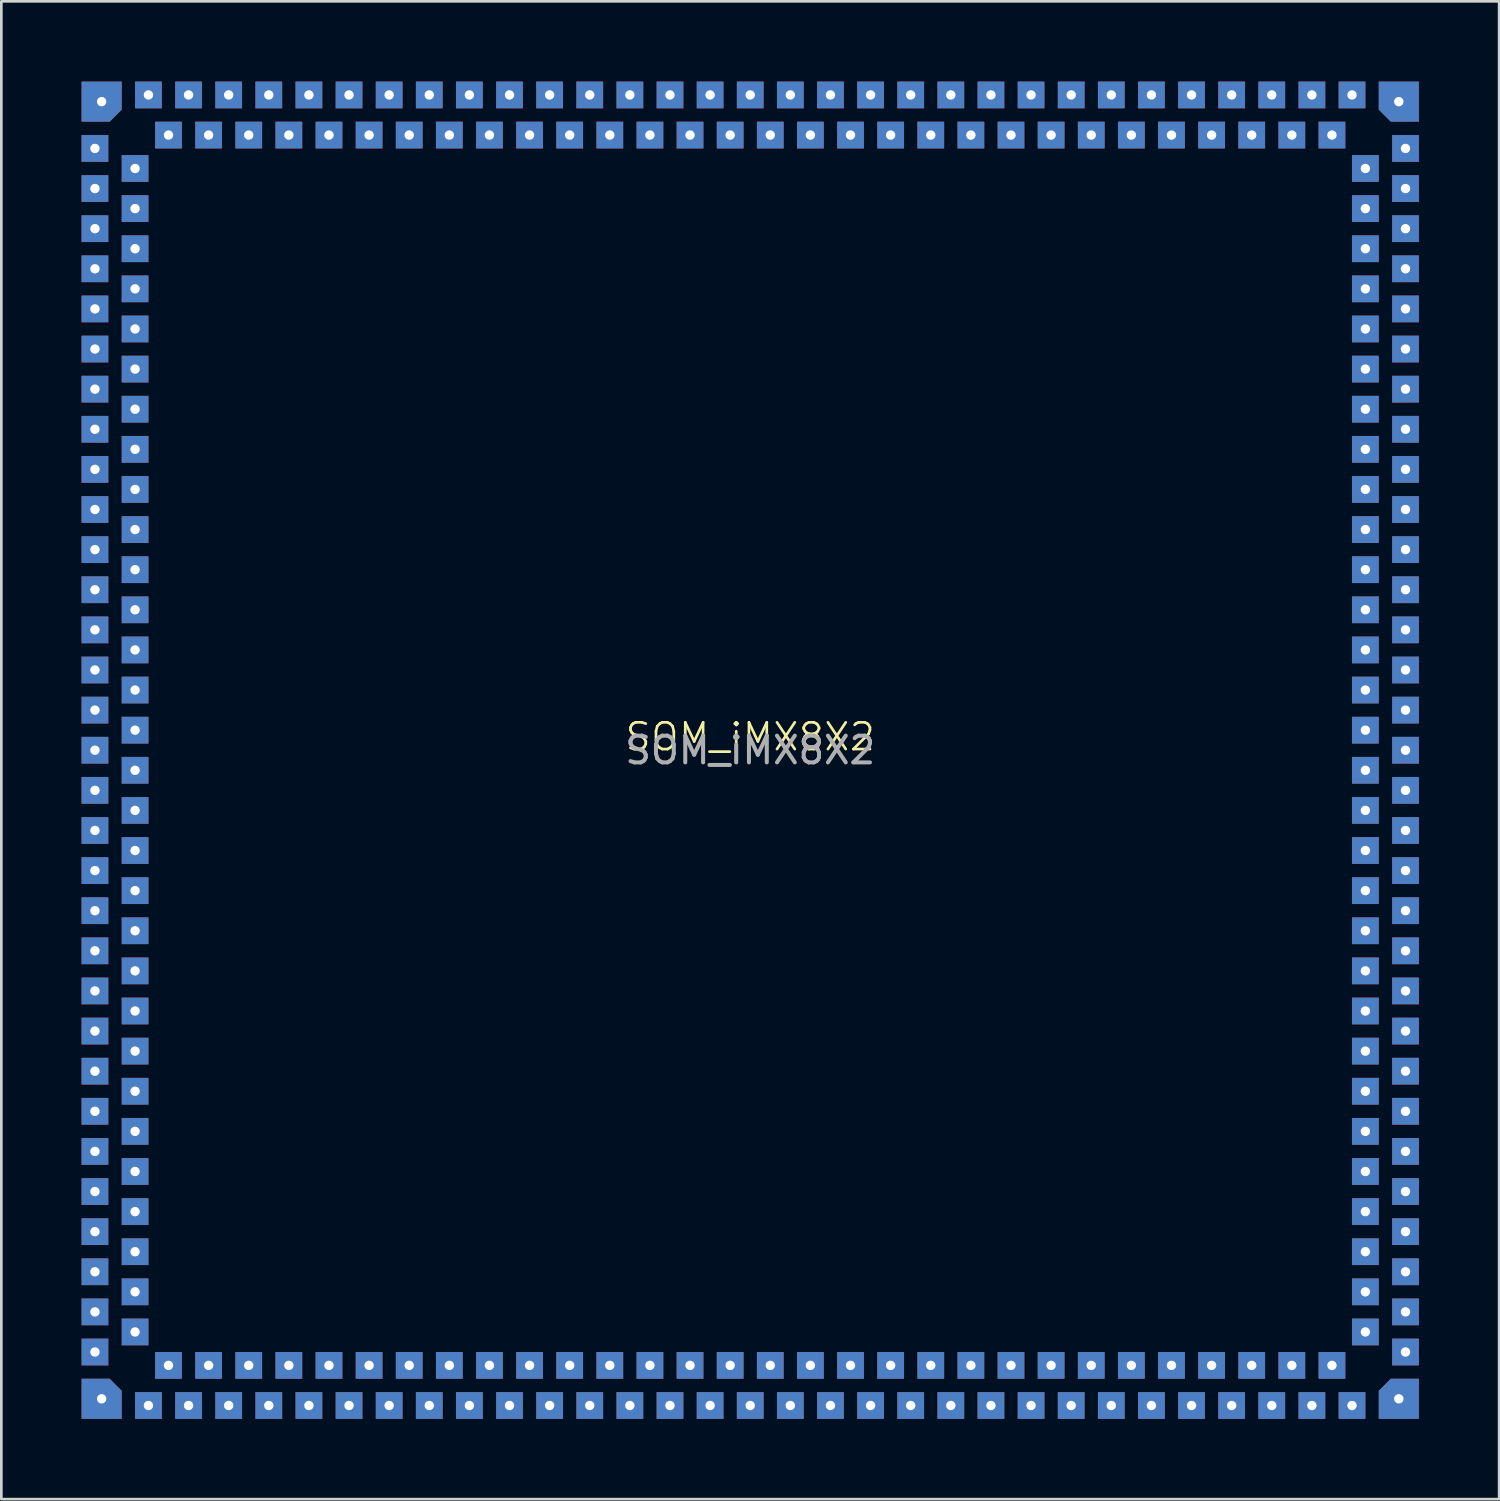
<source format=kicad_pcb>
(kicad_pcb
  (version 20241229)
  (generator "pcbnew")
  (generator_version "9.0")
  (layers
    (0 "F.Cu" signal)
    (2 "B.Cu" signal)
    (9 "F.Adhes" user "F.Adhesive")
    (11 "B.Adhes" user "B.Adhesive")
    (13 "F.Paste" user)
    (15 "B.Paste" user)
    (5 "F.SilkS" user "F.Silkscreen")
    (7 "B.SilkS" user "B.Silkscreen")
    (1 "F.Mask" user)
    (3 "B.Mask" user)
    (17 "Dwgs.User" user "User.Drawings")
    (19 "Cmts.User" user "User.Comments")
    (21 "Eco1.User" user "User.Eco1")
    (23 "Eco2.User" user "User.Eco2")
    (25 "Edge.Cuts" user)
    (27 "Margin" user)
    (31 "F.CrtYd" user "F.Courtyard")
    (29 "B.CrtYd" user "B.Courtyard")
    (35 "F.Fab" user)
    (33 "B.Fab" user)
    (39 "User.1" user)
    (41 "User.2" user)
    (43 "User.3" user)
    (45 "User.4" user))
  (footprint "SOM_iMX8X2"
    (layer "F.Cu")
    (at 25 25)
    (property "Reference" "SOM_iMX8X2" (at 0 -0.5 0) (unlocked yes) (layer "F.SilkS") (effects (font (size 1 1) (thickness 0.1))))
    (attr smd)
    (fp_text user "${REFERENCE}" (at 0 0 0) (unlocked yes) (layer "F.Fab") (effects (font (size 1 1) (thickness 0.15))))
    (pad "1" thru_hole circle (at -24.25 -24.25) (size 0.6 0.6) (drill 0.35) (layers "*.Cu" "*.Mask"))
    (pad "1" smd roundrect (at -24.25 -24.25) (size 1.5 1.5) (layers "F.Cu" "F.Mask" "F.Paste") (roundrect_rratio 0) (chamfer_ratio 0.3) (chamfer bottom_right))
    (pad "1" smd roundrect (at -24.25 -24.25) (size 1.5 1.5) (layers "B.Cu" "B.Mask") (roundrect_rratio 0) (chamfer_ratio 0.3) (chamfer bottom_right))
    (pad "2" thru_hole circle (at -24.5 -22.5) (size 0.6 0.6) (drill 0.35) (layers "*.Cu" "*.Mask"))
    (pad "2" smd rect (at -24.5 -22.5) (size 1 1) (layers "F.Cu" "F.Mask" "F.Paste"))
    (pad "2" smd rect (at -24.5 -22.5) (size 1 1) (layers "B.Cu" "B.Mask"))
    (pad "3" thru_hole circle (at -24.5 -21) (size 0.6 0.6) (drill 0.35) (layers "*.Cu" "*.Mask"))
    (pad "3" smd rect (at -24.5 -21) (size 1 1) (layers "F.Cu" "F.Mask" "F.Paste"))
    (pad "3" smd rect (at -24.5 -21) (size 1 1) (layers "B.Cu" "B.Mask"))
    (pad "4" thru_hole circle (at -24.5 -19.5) (size 0.6 0.6) (drill 0.35) (layers "*.Cu" "*.Mask"))
    (pad "4" smd rect (at -24.5 -19.5) (size 1 1) (layers "F.Cu" "F.Mask" "F.Paste"))
    (pad "4" smd rect (at -24.5 -19.5) (size 1 1) (layers "B.Cu" "B.Mask"))
    (pad "5" thru_hole circle (at -24.5 -18) (size 0.6 0.6) (drill 0.35) (layers "*.Cu" "*.Mask"))
    (pad "5" smd rect (at -24.5 -18) (size 1 1) (layers "F.Cu" "F.Mask" "F.Paste"))
    (pad "5" smd rect (at -24.5 -18) (size 1 1) (layers "B.Cu" "B.Mask"))
    (pad "6" thru_hole circle (at -24.5 -16.5) (size 0.6 0.6) (drill 0.35) (layers "*.Cu" "*.Mask"))
    (pad "6" smd rect (at -24.5 -16.5) (size 1 1) (layers "F.Cu" "F.Mask" "F.Paste"))
    (pad "6" smd rect (at -24.5 -16.5) (size 1 1) (layers "B.Cu" "B.Mask"))
    (pad "7" thru_hole circle (at -24.5 -15) (size 0.6 0.6) (drill 0.35) (layers "*.Cu" "*.Mask"))
    (pad "7" smd rect (at -24.5 -15) (size 1 1) (layers "F.Cu" "F.Mask" "F.Paste"))
    (pad "7" smd rect (at -24.5 -15) (size 1 1) (layers "B.Cu" "B.Mask"))
    (pad "8" thru_hole circle (at -24.5 -13.5) (size 0.6 0.6) (drill 0.35) (layers "*.Cu" "*.Mask"))
    (pad "8" smd rect (at -24.5 -13.5) (size 1 1) (layers "F.Cu" "F.Mask" "F.Paste"))
    (pad "8" smd rect (at -24.5 -13.5) (size 1 1) (layers "B.Cu" "B.Mask"))
    (pad "9" thru_hole circle (at -24.5 -12) (size 0.6 0.6) (drill 0.35) (layers "*.Cu" "*.Mask"))
    (pad "9" smd rect (at -24.5 -12) (size 1 1) (layers "F.Cu" "F.Mask" "F.Paste"))
    (pad "9" smd rect (at -24.5 -12) (size 1 1) (layers "B.Cu" "B.Mask"))
    (pad "10" thru_hole circle (at -24.5 -10.5) (size 0.6 0.6) (drill 0.35) (layers "*.Cu" "*.Mask"))
    (pad "10" smd rect (at -24.5 -10.5) (size 1 1) (layers "F.Cu" "F.Mask" "F.Paste"))
    (pad "10" smd rect (at -24.5 -10.5) (size 1 1) (layers "B.Cu" "B.Mask"))
    (pad "11" thru_hole circle (at -24.5 -9) (size 0.6 0.6) (drill 0.35) (layers "*.Cu" "*.Mask"))
    (pad "11" smd rect (at -24.5 -9) (size 1 1) (layers "F.Cu" "F.Mask" "F.Paste"))
    (pad "11" smd rect (at -24.5 -9) (size 1 1) (layers "B.Cu" "B.Mask"))
    (pad "12" thru_hole circle (at -24.5 -7.5) (size 0.6 0.6) (drill 0.35) (layers "*.Cu" "*.Mask"))
    (pad "12" smd rect (at -24.5 -7.5) (size 1 1) (layers "F.Cu" "F.Mask" "F.Paste"))
    (pad "12" smd rect (at -24.5 -7.5) (size 1 1) (layers "B.Cu" "B.Mask"))
    (pad "13" thru_hole circle (at -24.5 -6) (size 0.6 0.6) (drill 0.35) (layers "*.Cu" "*.Mask"))
    (pad "13" smd rect (at -24.5 -6) (size 1 1) (layers "F.Cu" "F.Mask" "F.Paste"))
    (pad "13" smd rect (at -24.5 -6) (size 1 1) (layers "B.Cu" "B.Mask"))
    (pad "14" thru_hole circle (at -24.5 -4.5) (size 0.6 0.6) (drill 0.35) (layers "*.Cu" "*.Mask"))
    (pad "14" smd rect (at -24.5 -4.5) (size 1 1) (layers "F.Cu" "F.Mask" "F.Paste"))
    (pad "14" smd rect (at -24.5 -4.5) (size 1 1) (layers "B.Cu" "B.Mask"))
    (pad "15" thru_hole circle (at -24.5 -3) (size 0.6 0.6) (drill 0.35) (layers "*.Cu" "*.Mask"))
    (pad "15" smd rect (at -24.5 -3) (size 1 1) (layers "F.Cu" "F.Mask" "F.Paste"))
    (pad "15" smd rect (at -24.5 -3) (size 1 1) (layers "B.Cu" "B.Mask"))
    (pad "16" thru_hole circle (at -24.5 -1.5) (size 0.6 0.6) (drill 0.35) (layers "*.Cu" "*.Mask"))
    (pad "16" smd rect (at -24.5 -1.5) (size 1 1) (layers "F.Cu" "F.Mask" "F.Paste"))
    (pad "16" smd rect (at -24.5 -1.5) (size 1 1) (layers "B.Cu" "B.Mask"))
    (pad "17" thru_hole circle (at -24.5 0) (size 0.6 0.6) (drill 0.35) (layers "*.Cu" "*.Mask"))
    (pad "17" smd rect (at -24.5 0) (size 1 1) (layers "F.Cu" "F.Mask" "F.Paste"))
    (pad "17" smd rect (at -24.5 0) (size 1 1) (layers "B.Cu" "B.Mask"))
    (pad "18" thru_hole circle (at -24.5 1.5) (size 0.6 0.6) (drill 0.35) (layers "*.Cu" "*.Mask"))
    (pad "18" smd rect (at -24.5 1.5) (size 1 1) (layers "F.Cu" "F.Mask" "F.Paste"))
    (pad "18" smd rect (at -24.5 1.5) (size 1 1) (layers "B.Cu" "B.Mask"))
    (pad "19" thru_hole circle (at -24.5 3) (size 0.6 0.6) (drill 0.35) (layers "*.Cu" "*.Mask"))
    (pad "19" smd rect (at -24.5 3) (size 1 1) (layers "F.Cu" "F.Mask" "F.Paste"))
    (pad "19" smd rect (at -24.5 3) (size 1 1) (layers "B.Cu" "B.Mask"))
    (pad "20" thru_hole circle (at -24.5 4.5) (size 0.6 0.6) (drill 0.35) (layers "*.Cu" "*.Mask"))
    (pad "20" smd rect (at -24.5 4.5) (size 1 1) (layers "F.Cu" "F.Mask" "F.Paste"))
    (pad "20" smd rect (at -24.5 4.5) (size 1 1) (layers "B.Cu" "B.Mask"))
    (pad "21" thru_hole circle (at -24.5 6) (size 0.6 0.6) (drill 0.35) (layers "*.Cu" "*.Mask"))
    (pad "21" smd rect (at -24.5 6) (size 1 1) (layers "F.Cu" "F.Mask" "F.Paste"))
    (pad "21" smd rect (at -24.5 6) (size 1 1) (layers "B.Cu" "B.Mask"))
    (pad "22" thru_hole circle (at -24.5 7.5) (size 0.6 0.6) (drill 0.35) (layers "*.Cu" "*.Mask"))
    (pad "22" smd rect (at -24.5 7.5) (size 1 1) (layers "F.Cu" "F.Mask" "F.Paste"))
    (pad "22" smd rect (at -24.5 7.5) (size 1 1) (layers "B.Cu" "B.Mask"))
    (pad "23" thru_hole circle (at -24.5 9) (size 0.6 0.6) (drill 0.35) (layers "*.Cu" "*.Mask"))
    (pad "23" smd rect (at -24.5 9) (size 1 1) (layers "F.Cu" "F.Mask" "F.Paste"))
    (pad "23" smd rect (at -24.5 9) (size 1 1) (layers "B.Cu" "B.Mask"))
    (pad "24" thru_hole circle (at -24.5 10.5) (size 0.6 0.6) (drill 0.35) (layers "*.Cu" "*.Mask"))
    (pad "24" smd rect (at -24.5 10.5) (size 1 1) (layers "F.Cu" "F.Mask" "F.Paste"))
    (pad "24" smd rect (at -24.5 10.5) (size 1 1) (layers "B.Cu" "B.Mask"))
    (pad "25" thru_hole circle (at -24.5 12) (size 0.6 0.6) (drill 0.35) (layers "*.Cu" "*.Mask"))
    (pad "25" smd rect (at -24.5 12) (size 1 1) (layers "F.Cu" "F.Mask" "F.Paste"))
    (pad "25" smd rect (at -24.5 12) (size 1 1) (layers "B.Cu" "B.Mask"))
    (pad "26" thru_hole circle (at -24.5 13.5) (size 0.6 0.6) (drill 0.35) (layers "*.Cu" "*.Mask"))
    (pad "26" smd rect (at -24.5 13.5) (size 1 1) (layers "F.Cu" "F.Mask" "F.Paste"))
    (pad "26" smd rect (at -24.5 13.5) (size 1 1) (layers "B.Cu" "B.Mask"))
    (pad "27" thru_hole circle (at -24.5 15) (size 0.6 0.6) (drill 0.35) (layers "*.Cu" "*.Mask"))
    (pad "27" smd rect (at -24.5 15) (size 1 1) (layers "F.Cu" "F.Mask" "F.Paste"))
    (pad "27" smd rect (at -24.5 15) (size 1 1) (layers "B.Cu" "B.Mask"))
    (pad "28" thru_hole circle (at -24.5 16.5) (size 0.6 0.6) (drill 0.35) (layers "*.Cu" "*.Mask"))
    (pad "28" smd rect (at -24.5 16.5) (size 1 1) (layers "F.Cu" "F.Mask" "F.Paste"))
    (pad "28" smd rect (at -24.5 16.5) (size 1 1) (layers "B.Cu" "B.Mask"))
    (pad "29" thru_hole circle (at -24.5 18) (size 0.6 0.6) (drill 0.35) (layers "*.Cu" "*.Mask"))
    (pad "29" smd rect (at -24.5 18) (size 1 1) (layers "F.Cu" "F.Mask" "F.Paste"))
    (pad "29" smd rect (at -24.5 18) (size 1 1) (layers "B.Cu" "B.Mask"))
    (pad "30" thru_hole circle (at -24.5 19.5) (size 0.6 0.6) (drill 0.35) (layers "*.Cu" "*.Mask"))
    (pad "30" smd rect (at -24.5 19.5) (size 1 1) (layers "F.Cu" "F.Mask" "F.Paste"))
    (pad "30" smd rect (at -24.5 19.5) (size 1 1) (layers "B.Cu" "B.Mask"))
    (pad "31" thru_hole circle (at -24.5 21) (size 0.6 0.6) (drill 0.35) (layers "*.Cu" "*.Mask"))
    (pad "31" smd rect (at -24.5 21) (size 1 1) (layers "F.Cu" "F.Mask" "F.Paste"))
    (pad "31" smd rect (at -24.5 21) (size 1 1) (layers "B.Cu" "B.Mask"))
    (pad "32" thru_hole circle (at -24.5 22.5) (size 0.6 0.6) (drill 0.35) (layers "*.Cu" "*.Mask"))
    (pad "32" smd rect (at -24.5 22.5) (size 1 1) (layers "F.Cu" "F.Mask" "F.Paste"))
    (pad "32" smd rect (at -24.5 22.5) (size 1 1) (layers "B.Cu" "B.Mask"))
    (pad "33" thru_hole circle (at -24.25 24.25) (size 0.6 0.6) (drill 0.35) (layers "*.Cu" "*.Mask"))
    (pad "33" smd roundrect (at -24.25 24.25) (size 1.5 1.5) (layers "F.Cu" "F.Mask" "F.Paste") (roundrect_rratio 0) (chamfer_ratio 0.3) (chamfer top_right))
    (pad "33" smd roundrect (at -24.25 24.25) (size 1.5 1.5) (layers "B.Cu" "B.Mask") (roundrect_rratio 0) (chamfer_ratio 0.3) (chamfer top_right))
    (pad "34" thru_hole circle (at -22.5 24.5) (size 0.6 0.6) (drill 0.35) (layers "*.Cu" "*.Mask"))
    (pad "34" smd rect (at -22.5 24.5) (size 1 1) (layers "F.Cu" "F.Mask" "F.Paste"))
    (pad "34" smd rect (at -22.5 24.5) (size 1 1) (layers "B.Cu" "B.Mask"))
    (pad "35" thru_hole circle (at -21 24.5) (size 0.6 0.6) (drill 0.35) (layers "*.Cu" "*.Mask"))
    (pad "35" smd rect (at -21 24.5) (size 1 1) (layers "F.Cu" "F.Mask" "F.Paste"))
    (pad "35" smd rect (at -21 24.5) (size 1 1) (layers "B.Cu" "B.Mask"))
    (pad "36" thru_hole circle (at -19.5 24.5) (size 0.6 0.6) (drill 0.35) (layers "*.Cu" "*.Mask"))
    (pad "36" smd rect (at -19.5 24.5) (size 1 1) (layers "F.Cu" "F.Mask" "F.Paste"))
    (pad "36" smd rect (at -19.5 24.5) (size 1 1) (layers "B.Cu" "B.Mask"))
    (pad "37" thru_hole circle (at -18 24.5) (size 0.6 0.6) (drill 0.35) (layers "*.Cu" "*.Mask"))
    (pad "37" smd rect (at -18 24.5) (size 1 1) (layers "F.Cu" "F.Mask" "F.Paste"))
    (pad "37" smd rect (at -18 24.5) (size 1 1) (layers "B.Cu" "B.Mask"))
    (pad "38" thru_hole circle (at -16.5 24.5) (size 0.6 0.6) (drill 0.35) (layers "*.Cu" "*.Mask"))
    (pad "38" smd rect (at -16.5 24.5) (size 1 1) (layers "F.Cu" "F.Mask" "F.Paste"))
    (pad "38" smd rect (at -16.5 24.5) (size 1 1) (layers "B.Cu" "B.Mask"))
    (pad "39" thru_hole circle (at -15 24.5) (size 0.6 0.6) (drill 0.35) (layers "*.Cu" "*.Mask"))
    (pad "39" smd rect (at -15 24.5) (size 1 1) (layers "F.Cu" "F.Mask" "F.Paste"))
    (pad "39" smd rect (at -15 24.5) (size 1 1) (layers "B.Cu" "B.Mask"))
    (pad "40" thru_hole circle (at -13.5 24.5) (size 0.6 0.6) (drill 0.35) (layers "*.Cu" "*.Mask"))
    (pad "40" smd rect (at -13.5 24.5) (size 1 1) (layers "F.Cu" "F.Mask" "F.Paste"))
    (pad "40" smd rect (at -13.5 24.5) (size 1 1) (layers "B.Cu" "B.Mask"))
    (pad "41" thru_hole circle (at -12 24.5) (size 0.6 0.6) (drill 0.35) (layers "*.Cu" "*.Mask"))
    (pad "41" smd rect (at -12 24.5) (size 1 1) (layers "F.Cu" "F.Mask" "F.Paste"))
    (pad "41" smd rect (at -12 24.5) (size 1 1) (layers "B.Cu" "B.Mask"))
    (pad "42" thru_hole circle (at -10.5 24.5) (size 0.6 0.6) (drill 0.35) (layers "*.Cu" "*.Mask"))
    (pad "42" smd rect (at -10.5 24.5) (size 1 1) (layers "F.Cu" "F.Mask" "F.Paste"))
    (pad "42" smd rect (at -10.5 24.5) (size 1 1) (layers "B.Cu" "B.Mask"))
    (pad "43" thru_hole circle (at -9 24.5) (size 0.6 0.6) (drill 0.35) (layers "*.Cu" "*.Mask"))
    (pad "43" smd rect (at -9 24.5) (size 1 1) (layers "F.Cu" "F.Mask" "F.Paste"))
    (pad "43" smd rect (at -9 24.5) (size 1 1) (layers "B.Cu" "B.Mask"))
    (pad "44" thru_hole circle (at -7.5 24.5) (size 0.6 0.6) (drill 0.35) (layers "*.Cu" "*.Mask"))
    (pad "44" smd rect (at -7.5 24.5) (size 1 1) (layers "F.Cu" "F.Mask" "F.Paste"))
    (pad "44" smd rect (at -7.5 24.5) (size 1 1) (layers "B.Cu" "B.Mask"))
    (pad "45" thru_hole circle (at -6 24.5) (size 0.6 0.6) (drill 0.35) (layers "*.Cu" "*.Mask"))
    (pad "45" smd rect (at -6 24.5) (size 1 1) (layers "F.Cu" "F.Mask" "F.Paste"))
    (pad "45" smd rect (at -6 24.5) (size 1 1) (layers "B.Cu" "B.Mask"))
    (pad "46" thru_hole circle (at -4.5 24.5) (size 0.6 0.6) (drill 0.35) (layers "*.Cu" "*.Mask"))
    (pad "46" smd rect (at -4.5 24.5) (size 1 1) (layers "F.Cu" "F.Mask" "F.Paste"))
    (pad "46" smd rect (at -4.5 24.5) (size 1 1) (layers "B.Cu" "B.Mask"))
    (pad "47" thru_hole circle (at -3 24.5) (size 0.6 0.6) (drill 0.35) (layers "*.Cu" "*.Mask"))
    (pad "47" smd rect (at -3 24.5) (size 1 1) (layers "F.Cu" "F.Mask" "F.Paste"))
    (pad "47" smd rect (at -3 24.5) (size 1 1) (layers "B.Cu" "B.Mask"))
    (pad "48" thru_hole circle (at -1.5 24.5) (size 0.6 0.6) (drill 0.35) (layers "*.Cu" "*.Mask"))
    (pad "48" smd rect (at -1.5 24.5) (size 1 1) (layers "F.Cu" "F.Mask" "F.Paste"))
    (pad "48" smd rect (at -1.5 24.5) (size 1 1) (layers "B.Cu" "B.Mask"))
    (pad "49" thru_hole circle (at 0 24.5) (size 0.6 0.6) (drill 0.35) (layers "*.Cu" "*.Mask"))
    (pad "49" smd rect (at 0 24.5) (size 1 1) (layers "F.Cu" "F.Mask" "F.Paste"))
    (pad "49" smd rect (at 0 24.5) (size 1 1) (layers "B.Cu" "B.Mask"))
    (pad "50" thru_hole circle (at 1.5 24.5) (size 0.6 0.6) (drill 0.35) (layers "*.Cu" "*.Mask"))
    (pad "50" smd rect (at 1.5 24.5) (size 1 1) (layers "F.Cu" "F.Mask" "F.Paste"))
    (pad "50" smd rect (at 1.5 24.5) (size 1 1) (layers "B.Cu" "B.Mask"))
    (pad "51" thru_hole circle (at 3 24.5) (size 0.6 0.6) (drill 0.35) (layers "*.Cu" "*.Mask"))
    (pad "51" smd rect (at 3 24.5) (size 1 1) (layers "F.Cu" "F.Mask" "F.Paste"))
    (pad "51" smd rect (at 3 24.5) (size 1 1) (layers "B.Cu" "B.Mask"))
    (pad "52" thru_hole circle (at 4.5 24.5) (size 0.6 0.6) (drill 0.35) (layers "*.Cu" "*.Mask"))
    (pad "52" smd rect (at 4.5 24.5) (size 1 1) (layers "F.Cu" "F.Mask" "F.Paste"))
    (pad "52" smd rect (at 4.5 24.5) (size 1 1) (layers "B.Cu" "B.Mask"))
    (pad "53" thru_hole circle (at 6 24.5) (size 0.6 0.6) (drill 0.35) (layers "*.Cu" "*.Mask"))
    (pad "53" smd rect (at 6 24.5) (size 1 1) (layers "F.Cu" "F.Mask" "F.Paste"))
    (pad "53" smd rect (at 6 24.5) (size 1 1) (layers "B.Cu" "B.Mask"))
    (pad "54" thru_hole circle (at 7.5 24.5) (size 0.6 0.6) (drill 0.35) (layers "*.Cu" "*.Mask"))
    (pad "54" smd rect (at 7.5 24.5) (size 1 1) (layers "F.Cu" "F.Mask" "F.Paste"))
    (pad "54" smd rect (at 7.5 24.5) (size 1 1) (layers "B.Cu" "B.Mask"))
    (pad "55" thru_hole circle (at 9 24.5) (size 0.6 0.6) (drill 0.35) (layers "*.Cu" "*.Mask"))
    (pad "55" smd rect (at 9 24.5) (size 1 1) (layers "F.Cu" "F.Mask" "F.Paste"))
    (pad "55" smd rect (at 9 24.5) (size 1 1) (layers "B.Cu" "B.Mask"))
    (pad "56" thru_hole circle (at 10.5 24.5) (size 0.6 0.6) (drill 0.35) (layers "*.Cu" "*.Mask"))
    (pad "56" smd rect (at 10.5 24.5) (size 1 1) (layers "F.Cu" "F.Mask" "F.Paste"))
    (pad "56" smd rect (at 10.5 24.5) (size 1 1) (layers "B.Cu" "B.Mask"))
    (pad "57" thru_hole circle (at 12 24.5) (size 0.6 0.6) (drill 0.35) (layers "*.Cu" "*.Mask"))
    (pad "57" smd rect (at 12 24.5) (size 1 1) (layers "F.Cu" "F.Mask" "F.Paste"))
    (pad "57" smd rect (at 12 24.5) (size 1 1) (layers "B.Cu" "B.Mask"))
    (pad "58" thru_hole circle (at 13.5 24.5) (size 0.6 0.6) (drill 0.35) (layers "*.Cu" "*.Mask"))
    (pad "58" smd rect (at 13.5 24.5) (size 1 1) (layers "F.Cu" "F.Mask" "F.Paste"))
    (pad "58" smd rect (at 13.5 24.5) (size 1 1) (layers "B.Cu" "B.Mask"))
    (pad "59" thru_hole circle (at 15 24.5) (size 0.6 0.6) (drill 0.35) (layers "*.Cu" "*.Mask"))
    (pad "59" smd rect (at 15 24.5) (size 1 1) (layers "F.Cu" "F.Mask" "F.Paste"))
    (pad "59" smd rect (at 15 24.5) (size 1 1) (layers "B.Cu" "B.Mask"))
    (pad "60" thru_hole circle (at 16.5 24.5) (size 0.6 0.6) (drill 0.35) (layers "*.Cu" "*.Mask"))
    (pad "60" smd rect (at 16.5 24.5) (size 1 1) (layers "F.Cu" "F.Mask" "F.Paste"))
    (pad "60" smd rect (at 16.5 24.5) (size 1 1) (layers "B.Cu" "B.Mask"))
    (pad "61" thru_hole circle (at 18 24.5) (size 0.6 0.6) (drill 0.35) (layers "*.Cu" "*.Mask"))
    (pad "61" smd rect (at 18 24.5) (size 1 1) (layers "F.Cu" "F.Mask" "F.Paste"))
    (pad "61" smd rect (at 18 24.5) (size 1 1) (layers "B.Cu" "B.Mask"))
    (pad "62" thru_hole circle (at 19.5 24.5) (size 0.6 0.6) (drill 0.35) (layers "*.Cu" "*.Mask"))
    (pad "62" smd rect (at 19.5 24.5) (size 1 1) (layers "F.Cu" "F.Mask" "F.Paste"))
    (pad "62" smd rect (at 19.5 24.5) (size 1 1) (layers "B.Cu" "B.Mask"))
    (pad "63" thru_hole circle (at 21 24.5) (size 0.6 0.6) (drill 0.35) (layers "*.Cu" "*.Mask"))
    (pad "63" smd rect (at 21 24.5) (size 1 1) (layers "F.Cu" "F.Mask" "F.Paste"))
    (pad "63" smd rect (at 21 24.5) (size 1 1) (layers "B.Cu" "B.Mask"))
    (pad "64" thru_hole circle (at 22.5 24.5) (size 0.6 0.6) (drill 0.35) (layers "*.Cu" "*.Mask"))
    (pad "64" smd rect (at 22.5 24.5) (size 1 1) (layers "F.Cu" "F.Mask" "F.Paste"))
    (pad "64" smd rect (at 22.5 24.5) (size 1 1) (layers "B.Cu" "B.Mask"))
    (pad "65" thru_hole circle (at 24.25 24.25) (size 0.6 0.6) (drill 0.35) (layers "*.Cu" "*.Mask"))
    (pad "65" smd roundrect (at 24.25 24.25) (size 1.5 1.5) (layers "F.Cu" "F.Mask" "F.Paste") (roundrect_rratio 0) (chamfer_ratio 0.3) (chamfer top_left))
    (pad "65" smd roundrect (at 24.25 24.25) (size 1.5 1.5) (layers "B.Cu" "B.Mask") (roundrect_rratio 0) (chamfer_ratio 0.3) (chamfer top_left))
    (pad "66" thru_hole circle (at 24.5 22.5) (size 0.6 0.6) (drill 0.35) (layers "*.Cu" "*.Mask"))
    (pad "66" smd rect (at 24.5 22.5) (size 1 1) (layers "F.Cu" "F.Mask" "F.Paste"))
    (pad "66" smd rect (at 24.5 22.5) (size 1 1) (layers "B.Cu" "B.Mask"))
    (pad "67" thru_hole circle (at 24.5 21) (size 0.6 0.6) (drill 0.35) (layers "*.Cu" "*.Mask"))
    (pad "67" smd rect (at 24.5 21) (size 1 1) (layers "F.Cu" "F.Mask" "F.Paste"))
    (pad "67" smd rect (at 24.5 21) (size 1 1) (layers "B.Cu" "B.Mask"))
    (pad "68" thru_hole circle (at 24.5 19.5) (size 0.6 0.6) (drill 0.35) (layers "*.Cu" "*.Mask"))
    (pad "68" smd rect (at 24.5 19.5) (size 1 1) (layers "F.Cu" "F.Mask" "F.Paste"))
    (pad "68" smd rect (at 24.5 19.5) (size 1 1) (layers "B.Cu" "B.Mask"))
    (pad "69" thru_hole circle (at 24.5 18) (size 0.6 0.6) (drill 0.35) (layers "*.Cu" "*.Mask"))
    (pad "69" smd rect (at 24.5 18) (size 1 1) (layers "F.Cu" "F.Mask" "F.Paste"))
    (pad "69" smd rect (at 24.5 18) (size 1 1) (layers "B.Cu" "B.Mask"))
    (pad "70" thru_hole circle (at 24.5 16.5) (size 0.6 0.6) (drill 0.35) (layers "*.Cu" "*.Mask"))
    (pad "70" smd rect (at 24.5 16.5) (size 1 1) (layers "F.Cu" "F.Mask" "F.Paste"))
    (pad "70" smd rect (at 24.5 16.5) (size 1 1) (layers "B.Cu" "B.Mask"))
    (pad "71" thru_hole circle (at 24.5 15) (size 0.6 0.6) (drill 0.35) (layers "*.Cu" "*.Mask"))
    (pad "71" smd rect (at 24.5 15) (size 1 1) (layers "F.Cu" "F.Mask" "F.Paste"))
    (pad "71" smd rect (at 24.5 15) (size 1 1) (layers "B.Cu" "B.Mask"))
    (pad "72" thru_hole circle (at 24.5 13.5) (size 0.6 0.6) (drill 0.35) (layers "*.Cu" "*.Mask"))
    (pad "72" smd rect (at 24.5 13.5) (size 1 1) (layers "F.Cu" "F.Mask" "F.Paste"))
    (pad "72" smd rect (at 24.5 13.5) (size 1 1) (layers "B.Cu" "B.Mask"))
    (pad "73" thru_hole circle (at 24.5 12) (size 0.6 0.6) (drill 0.35) (layers "*.Cu" "*.Mask"))
    (pad "73" smd rect (at 24.5 12) (size 1 1) (layers "F.Cu" "F.Mask" "F.Paste"))
    (pad "73" smd rect (at 24.5 12) (size 1 1) (layers "B.Cu" "B.Mask"))
    (pad "74" thru_hole circle (at 24.5 10.5) (size 0.6 0.6) (drill 0.35) (layers "*.Cu" "*.Mask"))
    (pad "74" smd rect (at 24.5 10.5) (size 1 1) (layers "F.Cu" "F.Mask" "F.Paste"))
    (pad "74" smd rect (at 24.5 10.5) (size 1 1) (layers "B.Cu" "B.Mask"))
    (pad "75" thru_hole circle (at 24.5 9) (size 0.6 0.6) (drill 0.35) (layers "*.Cu" "*.Mask"))
    (pad "75" smd rect (at 24.5 9) (size 1 1) (layers "F.Cu" "F.Mask" "F.Paste"))
    (pad "75" smd rect (at 24.5 9) (size 1 1) (layers "B.Cu" "B.Mask"))
    (pad "76" thru_hole circle (at 24.5 7.5) (size 0.6 0.6) (drill 0.35) (layers "*.Cu" "*.Mask"))
    (pad "76" smd rect (at 24.5 7.5) (size 1 1) (layers "F.Cu" "F.Mask" "F.Paste"))
    (pad "76" smd rect (at 24.5 7.5) (size 1 1) (layers "B.Cu" "B.Mask"))
    (pad "77" thru_hole circle (at 24.5 6) (size 0.6 0.6) (drill 0.35) (layers "*.Cu" "*.Mask"))
    (pad "77" smd rect (at 24.5 6) (size 1 1) (layers "F.Cu" "F.Mask" "F.Paste"))
    (pad "77" smd rect (at 24.5 6) (size 1 1) (layers "B.Cu" "B.Mask"))
    (pad "78" thru_hole circle (at 24.5 4.5) (size 0.6 0.6) (drill 0.35) (layers "*.Cu" "*.Mask"))
    (pad "78" smd rect (at 24.5 4.5) (size 1 1) (layers "F.Cu" "F.Mask" "F.Paste"))
    (pad "78" smd rect (at 24.5 4.5) (size 1 1) (layers "B.Cu" "B.Mask"))
    (pad "79" thru_hole circle (at 24.5 3) (size 0.6 0.6) (drill 0.35) (layers "*.Cu" "*.Mask"))
    (pad "79" smd rect (at 24.5 3) (size 1 1) (layers "F.Cu" "F.Mask" "F.Paste"))
    (pad "79" smd rect (at 24.5 3) (size 1 1) (layers "B.Cu" "B.Mask"))
    (pad "80" thru_hole circle (at 24.5 1.5) (size 0.6 0.6) (drill 0.35) (layers "*.Cu" "*.Mask"))
    (pad "80" smd rect (at 24.5 1.5) (size 1 1) (layers "F.Cu" "F.Mask" "F.Paste"))
    (pad "80" smd rect (at 24.5 1.5) (size 1 1) (layers "B.Cu" "B.Mask"))
    (pad "81" thru_hole circle (at 24.5 0) (size 0.6 0.6) (drill 0.35) (layers "*.Cu" "*.Mask"))
    (pad "81" smd rect (at 24.5 0) (size 1 1) (layers "F.Cu" "F.Mask" "F.Paste"))
    (pad "81" smd rect (at 24.5 0) (size 1 1) (layers "B.Cu" "B.Mask"))
    (pad "82" thru_hole circle (at 24.5 -1.5) (size 0.6 0.6) (drill 0.35) (layers "*.Cu" "*.Mask"))
    (pad "82" smd rect (at 24.5 -1.5) (size 1 1) (layers "F.Cu" "F.Mask" "F.Paste"))
    (pad "82" smd rect (at 24.5 -1.5) (size 1 1) (layers "B.Cu" "B.Mask"))
    (pad "83" thru_hole circle (at 24.5 -3) (size 0.6 0.6) (drill 0.35) (layers "*.Cu" "*.Mask"))
    (pad "83" smd rect (at 24.5 -3) (size 1 1) (layers "F.Cu" "F.Mask" "F.Paste"))
    (pad "83" smd rect (at 24.5 -3) (size 1 1) (layers "B.Cu" "B.Mask"))
    (pad "84" thru_hole circle (at 24.5 -4.5) (size 0.6 0.6) (drill 0.35) (layers "*.Cu" "*.Mask"))
    (pad "84" smd rect (at 24.5 -4.5) (size 1 1) (layers "F.Cu" "F.Mask" "F.Paste"))
    (pad "84" smd rect (at 24.5 -4.5) (size 1 1) (layers "B.Cu" "B.Mask"))
    (pad "85" thru_hole circle (at 24.5 -6) (size 0.6 0.6) (drill 0.35) (layers "*.Cu" "*.Mask"))
    (pad "85" smd rect (at 24.5 -6) (size 1 1) (layers "F.Cu" "F.Mask" "F.Paste"))
    (pad "85" smd rect (at 24.5 -6) (size 1 1) (layers "B.Cu" "B.Mask"))
    (pad "86" thru_hole circle (at 24.5 -7.5) (size 0.6 0.6) (drill 0.35) (layers "*.Cu" "*.Mask"))
    (pad "86" smd rect (at 24.5 -7.5) (size 1 1) (layers "F.Cu" "F.Mask" "F.Paste"))
    (pad "86" smd rect (at 24.5 -7.5) (size 1 1) (layers "B.Cu" "B.Mask"))
    (pad "87" thru_hole circle (at 24.5 -9) (size 0.6 0.6) (drill 0.35) (layers "*.Cu" "*.Mask"))
    (pad "87" smd rect (at 24.5 -9) (size 1 1) (layers "F.Cu" "F.Mask" "F.Paste"))
    (pad "87" smd rect (at 24.5 -9) (size 1 1) (layers "B.Cu" "B.Mask"))
    (pad "88" thru_hole circle (at 24.5 -10.5) (size 0.6 0.6) (drill 0.35) (layers "*.Cu" "*.Mask"))
    (pad "88" smd rect (at 24.5 -10.5) (size 1 1) (layers "F.Cu" "F.Mask" "F.Paste"))
    (pad "88" smd rect (at 24.5 -10.5) (size 1 1) (layers "B.Cu" "B.Mask"))
    (pad "89" thru_hole circle (at 24.5 -12) (size 0.6 0.6) (drill 0.35) (layers "*.Cu" "*.Mask"))
    (pad "89" smd rect (at 24.5 -12) (size 1 1) (layers "F.Cu" "F.Mask" "F.Paste"))
    (pad "89" smd rect (at 24.5 -12) (size 1 1) (layers "B.Cu" "B.Mask"))
    (pad "90" thru_hole circle (at 24.5 -13.5) (size 0.6 0.6) (drill 0.35) (layers "*.Cu" "*.Mask"))
    (pad "90" smd rect (at 24.5 -13.5) (size 1 1) (layers "F.Cu" "F.Mask" "F.Paste"))
    (pad "90" smd rect (at 24.5 -13.5) (size 1 1) (layers "B.Cu" "B.Mask"))
    (pad "91" thru_hole circle (at 24.5 -15) (size 0.6 0.6) (drill 0.35) (layers "*.Cu" "*.Mask"))
    (pad "91" smd rect (at 24.5 -15) (size 1 1) (layers "F.Cu" "F.Mask" "F.Paste"))
    (pad "91" smd rect (at 24.5 -15) (size 1 1) (layers "B.Cu" "B.Mask"))
    (pad "92" thru_hole circle (at 24.5 -16.5) (size 0.6 0.6) (drill 0.35) (layers "*.Cu" "*.Mask"))
    (pad "92" smd rect (at 24.5 -16.5) (size 1 1) (layers "F.Cu" "F.Mask" "F.Paste"))
    (pad "92" smd rect (at 24.5 -16.5) (size 1 1) (layers "B.Cu" "B.Mask"))
    (pad "93" thru_hole circle (at 24.5 -18) (size 0.6 0.6) (drill 0.35) (layers "*.Cu" "*.Mask"))
    (pad "93" smd rect (at 24.5 -18) (size 1 1) (layers "F.Cu" "F.Mask" "F.Paste"))
    (pad "93" smd rect (at 24.5 -18) (size 1 1) (layers "B.Cu" "B.Mask"))
    (pad "94" thru_hole circle (at 24.5 -19.5) (size 0.6 0.6) (drill 0.35) (layers "*.Cu" "*.Mask"))
    (pad "94" smd rect (at 24.5 -19.5) (size 1 1) (layers "F.Cu" "F.Mask" "F.Paste"))
    (pad "94" smd rect (at 24.5 -19.5) (size 1 1) (layers "B.Cu" "B.Mask"))
    (pad "95" thru_hole circle (at 24.5 -21) (size 0.6 0.6) (drill 0.35) (layers "*.Cu" "*.Mask"))
    (pad "95" smd rect (at 24.5 -21) (size 1 1) (layers "F.Cu" "F.Mask" "F.Paste"))
    (pad "95" smd rect (at 24.5 -21) (size 1 1) (layers "B.Cu" "B.Mask"))
    (pad "96" thru_hole circle (at 24.5 -22.5) (size 0.6 0.6) (drill 0.35) (layers "*.Cu" "*.Mask"))
    (pad "96" smd rect (at 24.5 -22.5) (size 1 1) (layers "F.Cu" "F.Mask" "F.Paste"))
    (pad "96" smd rect (at 24.5 -22.5) (size 1 1) (layers "B.Cu" "B.Mask"))
    (pad "97" thru_hole circle (at 24.25 -24.25) (size 0.6 0.6) (drill 0.35) (layers "*.Cu" "*.Mask"))
    (pad "97" smd roundrect (at 24.25 -24.25) (size 1.5 1.5) (layers "F.Cu" "F.Mask" "F.Paste") (roundrect_rratio 0) (chamfer_ratio 0.3) (chamfer bottom_left))
    (pad "97" smd roundrect (at 24.25 -24.25) (size 1.5 1.5) (layers "B.Cu" "B.Mask") (roundrect_rratio 0) (chamfer_ratio 0.3) (chamfer bottom_left))
    (pad "98" thru_hole circle (at 22.5 -24.5) (size 0.6 0.6) (drill 0.35) (layers "*.Cu" "*.Mask"))
    (pad "98" smd rect (at 22.5 -24.5) (size 1 1) (layers "F.Cu" "F.Mask" "F.Paste"))
    (pad "98" smd rect (at 22.5 -24.5) (size 1 1) (layers "B.Cu" "B.Mask"))
    (pad "99" thru_hole circle (at 21 -24.5) (size 0.6 0.6) (drill 0.35) (layers "*.Cu" "*.Mask"))
    (pad "99" smd rect (at 21 -24.5) (size 1 1) (layers "F.Cu" "F.Mask" "F.Paste"))
    (pad "99" smd rect (at 21 -24.5) (size 1 1) (layers "B.Cu" "B.Mask"))
    (pad "100" thru_hole circle (at 19.5 -24.5) (size 0.6 0.6) (drill 0.35) (layers "*.Cu" "*.Mask"))
    (pad "100" smd rect (at 19.5 -24.5) (size 1 1) (layers "F.Cu" "F.Mask" "F.Paste"))
    (pad "100" smd rect (at 19.5 -24.5) (size 1 1) (layers "B.Cu" "B.Mask"))
    (pad "101" thru_hole circle (at 18 -24.5) (size 0.6 0.6) (drill 0.35) (layers "*.Cu" "*.Mask"))
    (pad "101" smd rect (at 18 -24.5) (size 1 1) (layers "F.Cu" "F.Mask" "F.Paste"))
    (pad "101" smd rect (at 18 -24.5) (size 1 1) (layers "B.Cu" "B.Mask"))
    (pad "102" thru_hole circle (at 16.5 -24.5) (size 0.6 0.6) (drill 0.35) (layers "*.Cu" "*.Mask"))
    (pad "102" smd rect (at 16.5 -24.5) (size 1 1) (layers "F.Cu" "F.Mask" "F.Paste"))
    (pad "102" smd rect (at 16.5 -24.5) (size 1 1) (layers "B.Cu" "B.Mask"))
    (pad "103" thru_hole circle (at 15 -24.5) (size 0.6 0.6) (drill 0.35) (layers "*.Cu" "*.Mask"))
    (pad "103" smd rect (at 15 -24.5) (size 1 1) (layers "F.Cu" "F.Mask" "F.Paste"))
    (pad "103" smd rect (at 15 -24.5) (size 1 1) (layers "B.Cu" "B.Mask"))
    (pad "104" thru_hole circle (at 13.5 -24.5) (size 0.6 0.6) (drill 0.35) (layers "*.Cu" "*.Mask"))
    (pad "104" smd rect (at 13.5 -24.5) (size 1 1) (layers "F.Cu" "F.Mask" "F.Paste"))
    (pad "104" smd rect (at 13.5 -24.5) (size 1 1) (layers "B.Cu" "B.Mask"))
    (pad "105" thru_hole circle (at 12 -24.5) (size 0.6 0.6) (drill 0.35) (layers "*.Cu" "*.Mask"))
    (pad "105" smd rect (at 12 -24.5) (size 1 1) (layers "F.Cu" "F.Mask" "F.Paste"))
    (pad "105" smd rect (at 12 -24.5) (size 1 1) (layers "B.Cu" "B.Mask"))
    (pad "106" thru_hole circle (at 10.5 -24.5) (size 0.6 0.6) (drill 0.35) (layers "*.Cu" "*.Mask"))
    (pad "106" smd rect (at 10.5 -24.5) (size 1 1) (layers "F.Cu" "F.Mask" "F.Paste"))
    (pad "106" smd rect (at 10.5 -24.5) (size 1 1) (layers "B.Cu" "B.Mask"))
    (pad "107" thru_hole circle (at 9 -24.5) (size 0.6 0.6) (drill 0.35) (layers "*.Cu" "*.Mask"))
    (pad "107" smd rect (at 9 -24.5) (size 1 1) (layers "F.Cu" "F.Mask" "F.Paste"))
    (pad "107" smd rect (at 9 -24.5) (size 1 1) (layers "B.Cu" "B.Mask"))
    (pad "108" thru_hole circle (at 7.5 -24.5) (size 0.6 0.6) (drill 0.35) (layers "*.Cu" "*.Mask"))
    (pad "108" smd rect (at 7.5 -24.5) (size 1 1) (layers "F.Cu" "F.Mask" "F.Paste"))
    (pad "108" smd rect (at 7.5 -24.5) (size 1 1) (layers "B.Cu" "B.Mask"))
    (pad "109" thru_hole circle (at 6 -24.5) (size 0.6 0.6) (drill 0.35) (layers "*.Cu" "*.Mask"))
    (pad "109" smd rect (at 6 -24.5) (size 1 1) (layers "F.Cu" "F.Mask" "F.Paste"))
    (pad "109" smd rect (at 6 -24.5) (size 1 1) (layers "B.Cu" "B.Mask"))
    (pad "110" thru_hole circle (at 4.5 -24.5) (size 0.6 0.6) (drill 0.35) (layers "*.Cu" "*.Mask"))
    (pad "110" smd rect (at 4.5 -24.5) (size 1 1) (layers "F.Cu" "F.Mask" "F.Paste"))
    (pad "110" smd rect (at 4.5 -24.5) (size 1 1) (layers "B.Cu" "B.Mask"))
    (pad "111" thru_hole circle (at 3 -24.5) (size 0.6 0.6) (drill 0.35) (layers "*.Cu" "*.Mask"))
    (pad "111" smd rect (at 3 -24.5) (size 1 1) (layers "F.Cu" "F.Mask" "F.Paste"))
    (pad "111" smd rect (at 3 -24.5) (size 1 1) (layers "B.Cu" "B.Mask"))
    (pad "112" thru_hole circle (at 1.5 -24.5) (size 0.6 0.6) (drill 0.35) (layers "*.Cu" "*.Mask"))
    (pad "112" smd rect (at 1.5 -24.5) (size 1 1) (layers "F.Cu" "F.Mask" "F.Paste"))
    (pad "112" smd rect (at 1.5 -24.5) (size 1 1) (layers "B.Cu" "B.Mask"))
    (pad "113" thru_hole circle (at 0 -24.5) (size 0.6 0.6) (drill 0.35) (layers "*.Cu" "*.Mask"))
    (pad "113" smd rect (at 0 -24.5) (size 1 1) (layers "F.Cu" "F.Mask" "F.Paste"))
    (pad "113" smd rect (at 0 -24.5) (size 1 1) (layers "B.Cu" "B.Mask"))
    (pad "114" thru_hole circle (at -1.5 -24.5) (size 0.6 0.6) (drill 0.35) (layers "*.Cu" "*.Mask"))
    (pad "114" smd rect (at -1.5 -24.5) (size 1 1) (layers "F.Cu" "F.Mask" "F.Paste"))
    (pad "114" smd rect (at -1.5 -24.5) (size 1 1) (layers "B.Cu" "B.Mask"))
    (pad "115" thru_hole circle (at -3 -24.5) (size 0.6 0.6) (drill 0.35) (layers "*.Cu" "*.Mask"))
    (pad "115" smd rect (at -3 -24.5) (size 1 1) (layers "F.Cu" "F.Mask" "F.Paste"))
    (pad "115" smd rect (at -3 -24.5) (size 1 1) (layers "B.Cu" "B.Mask"))
    (pad "116" thru_hole circle (at -4.5 -24.5) (size 0.6 0.6) (drill 0.35) (layers "*.Cu" "*.Mask"))
    (pad "116" smd rect (at -4.5 -24.5) (size 1 1) (layers "F.Cu" "F.Mask" "F.Paste"))
    (pad "116" smd rect (at -4.5 -24.5) (size 1 1) (layers "B.Cu" "B.Mask"))
    (pad "117" thru_hole circle (at -6 -24.5) (size 0.6 0.6) (drill 0.35) (layers "*.Cu" "*.Mask"))
    (pad "117" smd rect (at -6 -24.5) (size 1 1) (layers "F.Cu" "F.Mask" "F.Paste"))
    (pad "117" smd rect (at -6 -24.5) (size 1 1) (layers "B.Cu" "B.Mask"))
    (pad "118" thru_hole circle (at -7.5 -24.5) (size 0.6 0.6) (drill 0.35) (layers "*.Cu" "*.Mask"))
    (pad "118" smd rect (at -7.5 -24.5) (size 1 1) (layers "F.Cu" "F.Mask" "F.Paste"))
    (pad "118" smd rect (at -7.5 -24.5) (size 1 1) (layers "B.Cu" "B.Mask"))
    (pad "119" thru_hole circle (at -9 -24.5) (size 0.6 0.6) (drill 0.35) (layers "*.Cu" "*.Mask"))
    (pad "119" smd rect (at -9 -24.5) (size 1 1) (layers "F.Cu" "F.Mask" "F.Paste"))
    (pad "119" smd rect (at -9 -24.5) (size 1 1) (layers "B.Cu" "B.Mask"))
    (pad "120" thru_hole circle (at -10.5 -24.5) (size 0.6 0.6) (drill 0.35) (layers "*.Cu" "*.Mask"))
    (pad "120" smd rect (at -10.5 -24.5) (size 1 1) (layers "F.Cu" "F.Mask" "F.Paste"))
    (pad "120" smd rect (at -10.5 -24.5) (size 1 1) (layers "B.Cu" "B.Mask"))
    (pad "121" thru_hole circle (at -12 -24.5) (size 0.6 0.6) (drill 0.35) (layers "*.Cu" "*.Mask"))
    (pad "121" smd rect (at -12 -24.5) (size 1 1) (layers "F.Cu" "F.Mask" "F.Paste"))
    (pad "121" smd rect (at -12 -24.5) (size 1 1) (layers "B.Cu" "B.Mask"))
    (pad "122" thru_hole circle (at -13.5 -24.5) (size 0.6 0.6) (drill 0.35) (layers "*.Cu" "*.Mask"))
    (pad "122" smd rect (at -13.5 -24.5) (size 1 1) (layers "F.Cu" "F.Mask" "F.Paste"))
    (pad "122" smd rect (at -13.5 -24.5) (size 1 1) (layers "B.Cu" "B.Mask"))
    (pad "123" thru_hole circle (at -15 -24.5) (size 0.6 0.6) (drill 0.35) (layers "*.Cu" "*.Mask"))
    (pad "123" smd rect (at -15 -24.5) (size 1 1) (layers "F.Cu" "F.Mask" "F.Paste"))
    (pad "123" smd rect (at -15 -24.5) (size 1 1) (layers "B.Cu" "B.Mask"))
    (pad "124" thru_hole circle (at -16.5 -24.5) (size 0.6 0.6) (drill 0.35) (layers "*.Cu" "*.Mask"))
    (pad "124" smd rect (at -16.5 -24.5) (size 1 1) (layers "F.Cu" "F.Mask" "F.Paste"))
    (pad "124" smd rect (at -16.5 -24.5) (size 1 1) (layers "B.Cu" "B.Mask"))
    (pad "125" thru_hole circle (at -18 -24.5) (size 0.6 0.6) (drill 0.35) (layers "*.Cu" "*.Mask"))
    (pad "125" smd rect (at -18 -24.5) (size 1 1) (layers "F.Cu" "F.Mask" "F.Paste"))
    (pad "125" smd rect (at -18 -24.5) (size 1 1) (layers "B.Cu" "B.Mask"))
    (pad "126" thru_hole circle (at -19.5 -24.5) (size 0.6 0.6) (drill 0.35) (layers "*.Cu" "*.Mask"))
    (pad "126" smd rect (at -19.5 -24.5) (size 1 1) (layers "F.Cu" "F.Mask" "F.Paste"))
    (pad "126" smd rect (at -19.5 -24.5) (size 1 1) (layers "B.Cu" "B.Mask"))
    (pad "127" thru_hole circle (at -21 -24.5) (size 0.6 0.6) (drill 0.35) (layers "*.Cu" "*.Mask"))
    (pad "127" smd rect (at -21 -24.5) (size 1 1) (layers "F.Cu" "F.Mask" "F.Paste"))
    (pad "127" smd rect (at -21 -24.5) (size 1 1) (layers "B.Cu" "B.Mask"))
    (pad "128" thru_hole circle (at -22.5 -24.5) (size 0.6 0.6) (drill 0.35) (layers "*.Cu" "*.Mask"))
    (pad "128" smd rect (at -22.5 -24.5) (size 1 1) (layers "F.Cu" "F.Mask" "F.Paste"))
    (pad "128" smd rect (at -22.5 -24.5) (size 1 1) (layers "B.Cu" "B.Mask"))
    (pad "129" thru_hole circle (at -23 -21.75) (size 0.6 0.6) (drill 0.35) (layers "*.Cu" "*.Mask"))
    (pad "129" smd rect (at -23 -21.75) (size 1 1) (layers "F.Cu" "F.Mask" "F.Paste"))
    (pad "129" smd rect (at -23 -21.75) (size 1 1) (layers "B.Cu" "B.Mask"))
    (pad "130" thru_hole circle (at -23 -20.25) (size 0.6 0.6) (drill 0.35) (layers "*.Cu" "*.Mask"))
    (pad "130" smd rect (at -23 -20.25) (size 1 1) (layers "F.Cu" "F.Mask" "F.Paste"))
    (pad "130" smd rect (at -23 -20.25) (size 1 1) (layers "B.Cu" "B.Mask"))
    (pad "131" thru_hole circle (at -23 -18.75) (size 0.6 0.6) (drill 0.35) (layers "*.Cu" "*.Mask"))
    (pad "131" smd rect (at -23 -18.75) (size 1 1) (layers "F.Cu" "F.Mask" "F.Paste"))
    (pad "131" smd rect (at -23 -18.75) (size 1 1) (layers "B.Cu" "B.Mask"))
    (pad "132" thru_hole circle (at -23 -17.25) (size 0.6 0.6) (drill 0.35) (layers "*.Cu" "*.Mask"))
    (pad "132" smd rect (at -23 -17.25) (size 1 1) (layers "F.Cu" "F.Mask" "F.Paste"))
    (pad "132" smd rect (at -23 -17.25) (size 1 1) (layers "B.Cu" "B.Mask"))
    (pad "133" thru_hole circle (at -23 -15.75) (size 0.6 0.6) (drill 0.35) (layers "*.Cu" "*.Mask"))
    (pad "133" smd rect (at -23 -15.75) (size 1 1) (layers "F.Cu" "F.Mask" "F.Paste"))
    (pad "133" smd rect (at -23 -15.75) (size 1 1) (layers "B.Cu" "B.Mask"))
    (pad "134" thru_hole circle (at -23 -14.25) (size 0.6 0.6) (drill 0.35) (layers "*.Cu" "*.Mask"))
    (pad "134" smd rect (at -23 -14.25) (size 1 1) (layers "F.Cu" "F.Mask" "F.Paste"))
    (pad "134" smd rect (at -23 -14.25) (size 1 1) (layers "B.Cu" "B.Mask"))
    (pad "135" thru_hole circle (at -23 -12.75) (size 0.6 0.6) (drill 0.35) (layers "*.Cu" "*.Mask"))
    (pad "135" smd rect (at -23 -12.75) (size 1 1) (layers "F.Cu" "F.Mask" "F.Paste"))
    (pad "135" smd rect (at -23 -12.75) (size 1 1) (layers "B.Cu" "B.Mask"))
    (pad "136" thru_hole circle (at -23 -11.25) (size 0.6 0.6) (drill 0.35) (layers "*.Cu" "*.Mask"))
    (pad "136" smd rect (at -23 -11.25) (size 1 1) (layers "F.Cu" "F.Mask" "F.Paste"))
    (pad "136" smd rect (at -23 -11.25) (size 1 1) (layers "B.Cu" "B.Mask"))
    (pad "137" thru_hole circle (at -23 -9.75) (size 0.6 0.6) (drill 0.35) (layers "*.Cu" "*.Mask"))
    (pad "137" smd rect (at -23 -9.75) (size 1 1) (layers "F.Cu" "F.Mask" "F.Paste"))
    (pad "137" smd rect (at -23 -9.75) (size 1 1) (layers "B.Cu" "B.Mask"))
    (pad "138" thru_hole circle (at -23 -8.25) (size 0.6 0.6) (drill 0.35) (layers "*.Cu" "*.Mask"))
    (pad "138" smd rect (at -23 -8.25) (size 1 1) (layers "F.Cu" "F.Mask" "F.Paste"))
    (pad "138" smd rect (at -23 -8.25) (size 1 1) (layers "B.Cu" "B.Mask"))
    (pad "139" thru_hole circle (at -23 -6.75) (size 0.6 0.6) (drill 0.35) (layers "*.Cu" "*.Mask"))
    (pad "139" smd rect (at -23 -6.75) (size 1 1) (layers "F.Cu" "F.Mask" "F.Paste"))
    (pad "139" smd rect (at -23 -6.75) (size 1 1) (layers "B.Cu" "B.Mask"))
    (pad "140" thru_hole circle (at -23 -5.25) (size 0.6 0.6) (drill 0.35) (layers "*.Cu" "*.Mask"))
    (pad "140" smd rect (at -23 -5.25) (size 1 1) (layers "F.Cu" "F.Mask" "F.Paste"))
    (pad "140" smd rect (at -23 -5.25) (size 1 1) (layers "B.Cu" "B.Mask"))
    (pad "141" thru_hole circle (at -23 -3.75) (size 0.6 0.6) (drill 0.35) (layers "*.Cu" "*.Mask"))
    (pad "141" smd rect (at -23 -3.75) (size 1 1) (layers "F.Cu" "F.Mask" "F.Paste"))
    (pad "141" smd rect (at -23 -3.75) (size 1 1) (layers "B.Cu" "B.Mask"))
    (pad "142" thru_hole circle (at -23 -2.25) (size 0.6 0.6) (drill 0.35) (layers "*.Cu" "*.Mask"))
    (pad "142" smd rect (at -23 -2.25) (size 1 1) (layers "F.Cu" "F.Mask" "F.Paste"))
    (pad "142" smd rect (at -23 -2.25) (size 1 1) (layers "B.Cu" "B.Mask"))
    (pad "143" thru_hole circle (at -23 -0.75) (size 0.6 0.6) (drill 0.35) (layers "*.Cu" "*.Mask"))
    (pad "143" smd rect (at -23 -0.75) (size 1 1) (layers "F.Cu" "F.Mask" "F.Paste"))
    (pad "143" smd rect (at -23 -0.75) (size 1 1) (layers "B.Cu" "B.Mask"))
    (pad "144" thru_hole circle (at -23 0.75) (size 0.6 0.6) (drill 0.35) (layers "*.Cu" "*.Mask"))
    (pad "144" smd rect (at -23 0.75) (size 1 1) (layers "F.Cu" "F.Mask" "F.Paste"))
    (pad "144" smd rect (at -23 0.75) (size 1 1) (layers "B.Cu" "B.Mask"))
    (pad "145" thru_hole circle (at -23 2.25) (size 0.6 0.6) (drill 0.35) (layers "*.Cu" "*.Mask"))
    (pad "145" smd rect (at -23 2.25) (size 1 1) (layers "F.Cu" "F.Mask" "F.Paste"))
    (pad "145" smd rect (at -23 2.25) (size 1 1) (layers "B.Cu" "B.Mask"))
    (pad "146" thru_hole circle (at -23 3.75) (size 0.6 0.6) (drill 0.35) (layers "*.Cu" "*.Mask"))
    (pad "146" smd rect (at -23 3.75) (size 1 1) (layers "F.Cu" "F.Mask" "F.Paste"))
    (pad "146" smd rect (at -23 3.75) (size 1 1) (layers "B.Cu" "B.Mask"))
    (pad "147" thru_hole circle (at -23 5.25) (size 0.6 0.6) (drill 0.35) (layers "*.Cu" "*.Mask"))
    (pad "147" smd rect (at -23 5.25) (size 1 1) (layers "F.Cu" "F.Mask" "F.Paste"))
    (pad "147" smd rect (at -23 5.25) (size 1 1) (layers "B.Cu" "B.Mask"))
    (pad "148" thru_hole circle (at -23 6.75) (size 0.6 0.6) (drill 0.35) (layers "*.Cu" "*.Mask"))
    (pad "148" smd rect (at -23 6.75) (size 1 1) (layers "F.Cu" "F.Mask" "F.Paste"))
    (pad "148" smd rect (at -23 6.75) (size 1 1) (layers "B.Cu" "B.Mask"))
    (pad "149" thru_hole circle (at -23 8.25) (size 0.6 0.6) (drill 0.35) (layers "*.Cu" "*.Mask"))
    (pad "149" smd rect (at -23 8.25) (size 1 1) (layers "F.Cu" "F.Mask" "F.Paste"))
    (pad "149" smd rect (at -23 8.25) (size 1 1) (layers "B.Cu" "B.Mask"))
    (pad "150" thru_hole circle (at -23 9.75) (size 0.6 0.6) (drill 0.35) (layers "*.Cu" "*.Mask"))
    (pad "150" smd rect (at -23 9.75) (size 1 1) (layers "F.Cu" "F.Mask" "F.Paste"))
    (pad "150" smd rect (at -23 9.75) (size 1 1) (layers "B.Cu" "B.Mask"))
    (pad "151" thru_hole circle (at -23 11.25) (size 0.6 0.6) (drill 0.35) (layers "*.Cu" "*.Mask"))
    (pad "151" smd rect (at -23 11.25) (size 1 1) (layers "F.Cu" "F.Mask" "F.Paste"))
    (pad "151" smd rect (at -23 11.25) (size 1 1) (layers "B.Cu" "B.Mask"))
    (pad "152" thru_hole circle (at -23 12.75) (size 0.6 0.6) (drill 0.35) (layers "*.Cu" "*.Mask"))
    (pad "152" smd rect (at -23 12.75) (size 1 1) (layers "F.Cu" "F.Mask" "F.Paste"))
    (pad "152" smd rect (at -23 12.75) (size 1 1) (layers "B.Cu" "B.Mask"))
    (pad "153" thru_hole circle (at -23 14.25) (size 0.6 0.6) (drill 0.35) (layers "*.Cu" "*.Mask"))
    (pad "153" smd rect (at -23 14.25) (size 1 1) (layers "F.Cu" "F.Mask" "F.Paste"))
    (pad "153" smd rect (at -23 14.25) (size 1 1) (layers "B.Cu" "B.Mask"))
    (pad "154" thru_hole circle (at -23 15.75) (size 0.6 0.6) (drill 0.35) (layers "*.Cu" "*.Mask"))
    (pad "154" smd rect (at -23 15.75) (size 1 1) (layers "F.Cu" "F.Mask" "F.Paste"))
    (pad "154" smd rect (at -23 15.75) (size 1 1) (layers "B.Cu" "B.Mask"))
    (pad "155" thru_hole circle (at -23 17.25) (size 0.6 0.6) (drill 0.35) (layers "*.Cu" "*.Mask"))
    (pad "155" smd rect (at -23 17.25) (size 1 1) (layers "F.Cu" "F.Mask" "F.Paste"))
    (pad "155" smd rect (at -23 17.25) (size 1 1) (layers "B.Cu" "B.Mask"))
    (pad "156" thru_hole circle (at -23 18.75) (size 0.6 0.6) (drill 0.35) (layers "*.Cu" "*.Mask"))
    (pad "156" smd rect (at -23 18.75) (size 1 1) (layers "F.Cu" "F.Mask" "F.Paste"))
    (pad "156" smd rect (at -23 18.75) (size 1 1) (layers "B.Cu" "B.Mask"))
    (pad "157" thru_hole circle (at -23 20.25) (size 0.6 0.6) (drill 0.35) (layers "*.Cu" "*.Mask"))
    (pad "157" smd rect (at -23 20.25) (size 1 1) (layers "F.Cu" "F.Mask" "F.Paste"))
    (pad "157" smd rect (at -23 20.25) (size 1 1) (layers "B.Cu" "B.Mask"))
    (pad "158" thru_hole circle (at -23 21.75) (size 0.6 0.6) (drill 0.35) (layers "*.Cu" "*.Mask"))
    (pad "158" smd rect (at -23 21.75) (size 1 1) (layers "F.Cu" "F.Mask" "F.Paste"))
    (pad "158" smd rect (at -23 21.75) (size 1 1) (layers "B.Cu" "B.Mask"))
    (pad "159" thru_hole circle (at -21.75 23) (size 0.6 0.6) (drill 0.35) (layers "*.Cu" "*.Mask"))
    (pad "159" smd rect (at -21.75 23) (size 1 1) (layers "F.Cu" "F.Mask" "F.Paste"))
    (pad "159" smd rect (at -21.75 23) (size 1 1) (layers "B.Cu" "B.Mask"))
    (pad "160" thru_hole circle (at -20.25 23) (size 0.6 0.6) (drill 0.35) (layers "*.Cu" "*.Mask"))
    (pad "160" smd rect (at -20.25 23) (size 1 1) (layers "F.Cu" "F.Mask" "F.Paste"))
    (pad "160" smd rect (at -20.25 23) (size 1 1) (layers "B.Cu" "B.Mask"))
    (pad "161" thru_hole circle (at -18.75 23) (size 0.6 0.6) (drill 0.35) (layers "*.Cu" "*.Mask"))
    (pad "161" smd rect (at -18.75 23) (size 1 1) (layers "F.Cu" "F.Mask" "F.Paste"))
    (pad "161" smd rect (at -18.75 23) (size 1 1) (layers "B.Cu" "B.Mask"))
    (pad "162" thru_hole circle (at -17.25 23) (size 0.6 0.6) (drill 0.35) (layers "*.Cu" "*.Mask"))
    (pad "162" smd rect (at -17.25 23) (size 1 1) (layers "F.Cu" "F.Mask" "F.Paste"))
    (pad "162" smd rect (at -17.25 23) (size 1 1) (layers "B.Cu" "B.Mask"))
    (pad "163" thru_hole circle (at -15.75 23) (size 0.6 0.6) (drill 0.35) (layers "*.Cu" "*.Mask"))
    (pad "163" smd rect (at -15.75 23) (size 1 1) (layers "F.Cu" "F.Mask" "F.Paste"))
    (pad "163" smd rect (at -15.75 23) (size 1 1) (layers "B.Cu" "B.Mask"))
    (pad "164" thru_hole circle (at -14.25 23) (size 0.6 0.6) (drill 0.35) (layers "*.Cu" "*.Mask"))
    (pad "164" smd rect (at -14.25 23) (size 1 1) (layers "F.Cu" "F.Mask" "F.Paste"))
    (pad "164" smd rect (at -14.25 23) (size 1 1) (layers "B.Cu" "B.Mask"))
    (pad "165" thru_hole circle (at -12.75 23) (size 0.6 0.6) (drill 0.35) (layers "*.Cu" "*.Mask"))
    (pad "165" smd rect (at -12.75 23) (size 1 1) (layers "F.Cu" "F.Mask" "F.Paste"))
    (pad "165" smd rect (at -12.75 23) (size 1 1) (layers "B.Cu" "B.Mask"))
    (pad "166" thru_hole circle (at -11.25 23) (size 0.6 0.6) (drill 0.35) (layers "*.Cu" "*.Mask"))
    (pad "166" smd rect (at -11.25 23) (size 1 1) (layers "F.Cu" "F.Mask" "F.Paste"))
    (pad "166" smd rect (at -11.25 23) (size 1 1) (layers "B.Cu" "B.Mask"))
    (pad "167" thru_hole circle (at -9.75 23) (size 0.6 0.6) (drill 0.35) (layers "*.Cu" "*.Mask"))
    (pad "167" smd rect (at -9.75 23) (size 1 1) (layers "F.Cu" "F.Mask" "F.Paste"))
    (pad "167" smd rect (at -9.75 23) (size 1 1) (layers "B.Cu" "B.Mask"))
    (pad "168" thru_hole circle (at -8.25 23) (size 0.6 0.6) (drill 0.35) (layers "*.Cu" "*.Mask"))
    (pad "168" smd rect (at -8.25 23) (size 1 1) (layers "F.Cu" "F.Mask" "F.Paste"))
    (pad "168" smd rect (at -8.25 23) (size 1 1) (layers "B.Cu" "B.Mask"))
    (pad "169" thru_hole circle (at -6.75 23) (size 0.6 0.6) (drill 0.35) (layers "*.Cu" "*.Mask"))
    (pad "169" smd rect (at -6.75 23) (size 1 1) (layers "F.Cu" "F.Mask" "F.Paste"))
    (pad "169" smd rect (at -6.75 23) (size 1 1) (layers "B.Cu" "B.Mask"))
    (pad "170" thru_hole circle (at -5.25 23) (size 0.6 0.6) (drill 0.35) (layers "*.Cu" "*.Mask"))
    (pad "170" smd rect (at -5.25 23) (size 1 1) (layers "F.Cu" "F.Mask" "F.Paste"))
    (pad "170" smd rect (at -5.25 23) (size 1 1) (layers "B.Cu" "B.Mask"))
    (pad "171" thru_hole circle (at -3.75 23) (size 0.6 0.6) (drill 0.35) (layers "*.Cu" "*.Mask"))
    (pad "171" smd rect (at -3.75 23) (size 1 1) (layers "F.Cu" "F.Mask" "F.Paste"))
    (pad "171" smd rect (at -3.75 23) (size 1 1) (layers "B.Cu" "B.Mask"))
    (pad "172" thru_hole circle (at -2.25 23) (size 0.6 0.6) (drill 0.35) (layers "*.Cu" "*.Mask"))
    (pad "172" smd rect (at -2.25 23) (size 1 1) (layers "F.Cu" "F.Mask" "F.Paste"))
    (pad "172" smd rect (at -2.25 23) (size 1 1) (layers "B.Cu" "B.Mask"))
    (pad "173" thru_hole circle (at -0.75 23) (size 0.6 0.6) (drill 0.35) (layers "*.Cu" "*.Mask"))
    (pad "173" smd rect (at -0.75 23) (size 1 1) (layers "F.Cu" "F.Mask" "F.Paste"))
    (pad "173" smd rect (at -0.75 23) (size 1 1) (layers "B.Cu" "B.Mask"))
    (pad "174" thru_hole circle (at 0.75 23) (size 0.6 0.6) (drill 0.35) (layers "*.Cu" "*.Mask"))
    (pad "174" smd rect (at 0.75 23) (size 1 1) (layers "F.Cu" "F.Mask" "F.Paste"))
    (pad "174" smd rect (at 0.75 23) (size 1 1) (layers "B.Cu" "B.Mask"))
    (pad "175" thru_hole circle (at 2.25 23) (size 0.6 0.6) (drill 0.35) (layers "*.Cu" "*.Mask"))
    (pad "175" smd rect (at 2.25 23) (size 1 1) (layers "F.Cu" "F.Mask" "F.Paste"))
    (pad "175" smd rect (at 2.25 23) (size 1 1) (layers "B.Cu" "B.Mask"))
    (pad "176" thru_hole circle (at 3.75 23) (size 0.6 0.6) (drill 0.35) (layers "*.Cu" "*.Mask"))
    (pad "176" smd rect (at 3.75 23) (size 1 1) (layers "F.Cu" "F.Mask" "F.Paste"))
    (pad "176" smd rect (at 3.75 23) (size 1 1) (layers "B.Cu" "B.Mask"))
    (pad "177" thru_hole circle (at 5.25 23) (size 0.6 0.6) (drill 0.35) (layers "*.Cu" "*.Mask"))
    (pad "177" smd rect (at 5.25 23) (size 1 1) (layers "F.Cu" "F.Mask" "F.Paste"))
    (pad "177" smd rect (at 5.25 23) (size 1 1) (layers "B.Cu" "B.Mask"))
    (pad "178" thru_hole circle (at 6.75 23) (size 0.6 0.6) (drill 0.35) (layers "*.Cu" "*.Mask"))
    (pad "178" smd rect (at 6.75 23) (size 1 1) (layers "F.Cu" "F.Mask" "F.Paste"))
    (pad "178" smd rect (at 6.75 23) (size 1 1) (layers "B.Cu" "B.Mask"))
    (pad "179" thru_hole circle (at 8.25 23) (size 0.6 0.6) (drill 0.35) (layers "*.Cu" "*.Mask"))
    (pad "179" smd rect (at 8.25 23) (size 1 1) (layers "F.Cu" "F.Mask" "F.Paste"))
    (pad "179" smd rect (at 8.25 23) (size 1 1) (layers "B.Cu" "B.Mask"))
    (pad "180" thru_hole circle (at 9.75 23) (size 0.6 0.6) (drill 0.35) (layers "*.Cu" "*.Mask"))
    (pad "180" smd rect (at 9.75 23) (size 1 1) (layers "F.Cu" "F.Mask" "F.Paste"))
    (pad "180" smd rect (at 9.75 23) (size 1 1) (layers "B.Cu" "B.Mask"))
    (pad "181" thru_hole circle (at 11.25 23) (size 0.6 0.6) (drill 0.35) (layers "*.Cu" "*.Mask"))
    (pad "181" smd rect (at 11.25 23) (size 1 1) (layers "F.Cu" "F.Mask" "F.Paste"))
    (pad "181" smd rect (at 11.25 23) (size 1 1) (layers "B.Cu" "B.Mask"))
    (pad "182" thru_hole circle (at 12.75 23) (size 0.6 0.6) (drill 0.35) (layers "*.Cu" "*.Mask"))
    (pad "182" smd rect (at 12.75 23) (size 1 1) (layers "F.Cu" "F.Mask" "F.Paste"))
    (pad "182" smd rect (at 12.75 23) (size 1 1) (layers "B.Cu" "B.Mask"))
    (pad "183" thru_hole circle (at 14.25 23) (size 0.6 0.6) (drill 0.35) (layers "*.Cu" "*.Mask"))
    (pad "183" smd rect (at 14.25 23) (size 1 1) (layers "F.Cu" "F.Mask" "F.Paste"))
    (pad "183" smd rect (at 14.25 23) (size 1 1) (layers "B.Cu" "B.Mask"))
    (pad "184" thru_hole circle (at 15.75 23) (size 0.6 0.6) (drill 0.35) (layers "*.Cu" "*.Mask"))
    (pad "184" smd rect (at 15.75 23) (size 1 1) (layers "F.Cu" "F.Mask" "F.Paste"))
    (pad "184" smd rect (at 15.75 23) (size 1 1) (layers "B.Cu" "B.Mask"))
    (pad "185" thru_hole circle (at 17.25 23) (size 0.6 0.6) (drill 0.35) (layers "*.Cu" "*.Mask"))
    (pad "185" smd rect (at 17.25 23) (size 1 1) (layers "F.Cu" "F.Mask" "F.Paste"))
    (pad "185" smd rect (at 17.25 23) (size 1 1) (layers "B.Cu" "B.Mask"))
    (pad "186" thru_hole circle (at 18.75 23) (size 0.6 0.6) (drill 0.35) (layers "*.Cu" "*.Mask"))
    (pad "186" smd rect (at 18.75 23) (size 1 1) (layers "F.Cu" "F.Mask" "F.Paste"))
    (pad "186" smd rect (at 18.75 23) (size 1 1) (layers "B.Cu" "B.Mask"))
    (pad "187" thru_hole circle (at 20.25 23) (size 0.6 0.6) (drill 0.35) (layers "*.Cu" "*.Mask"))
    (pad "187" smd rect (at 20.25 23) (size 1 1) (layers "F.Cu" "F.Mask" "F.Paste"))
    (pad "187" smd rect (at 20.25 23) (size 1 1) (layers "B.Cu" "B.Mask"))
    (pad "188" thru_hole circle (at 21.75 23) (size 0.6 0.6) (drill 0.35) (layers "*.Cu" "*.Mask"))
    (pad "188" smd rect (at 21.75 23) (size 1 1) (layers "F.Cu" "F.Mask" "F.Paste"))
    (pad "188" smd rect (at 21.75 23) (size 1 1) (layers "B.Cu" "B.Mask"))
    (pad "189" thru_hole circle (at 23 21.75) (size 0.6 0.6) (drill 0.35) (layers "*.Cu" "*.Mask"))
    (pad "189" smd rect (at 23 21.75) (size 1 1) (layers "F.Cu" "F.Mask" "F.Paste"))
    (pad "189" smd rect (at 23 21.75) (size 1 1) (layers "B.Cu" "B.Mask"))
    (pad "190" thru_hole circle (at 23 20.25) (size 0.6 0.6) (drill 0.35) (layers "*.Cu" "*.Mask"))
    (pad "190" smd rect (at 23 20.25) (size 1 1) (layers "F.Cu" "F.Mask" "F.Paste"))
    (pad "190" smd rect (at 23 20.25) (size 1 1) (layers "B.Cu" "B.Mask"))
    (pad "191" thru_hole circle (at 23 18.75) (size 0.6 0.6) (drill 0.35) (layers "*.Cu" "*.Mask"))
    (pad "191" smd rect (at 23 18.75) (size 1 1) (layers "F.Cu" "F.Mask" "F.Paste"))
    (pad "191" smd rect (at 23 18.75) (size 1 1) (layers "B.Cu" "B.Mask"))
    (pad "192" thru_hole circle (at 23 17.25) (size 0.6 0.6) (drill 0.35) (layers "*.Cu" "*.Mask"))
    (pad "192" smd rect (at 23 17.25) (size 1 1) (layers "F.Cu" "F.Mask" "F.Paste"))
    (pad "192" smd rect (at 23 17.25) (size 1 1) (layers "B.Cu" "B.Mask"))
    (pad "193" thru_hole circle (at 23 15.75) (size 0.6 0.6) (drill 0.35) (layers "*.Cu" "*.Mask"))
    (pad "193" smd rect (at 23 15.75) (size 1 1) (layers "F.Cu" "F.Mask" "F.Paste"))
    (pad "193" smd rect (at 23 15.75) (size 1 1) (layers "B.Cu" "B.Mask"))
    (pad "194" thru_hole circle (at 23 14.25) (size 0.6 0.6) (drill 0.35) (layers "*.Cu" "*.Mask"))
    (pad "194" smd rect (at 23 14.25) (size 1 1) (layers "F.Cu" "F.Mask" "F.Paste"))
    (pad "194" smd rect (at 23 14.25) (size 1 1) (layers "B.Cu" "B.Mask"))
    (pad "195" thru_hole circle (at 23 12.75) (size 0.6 0.6) (drill 0.35) (layers "*.Cu" "*.Mask"))
    (pad "195" smd rect (at 23 12.75) (size 1 1) (layers "F.Cu" "F.Mask" "F.Paste"))
    (pad "195" smd rect (at 23 12.75) (size 1 1) (layers "B.Cu" "B.Mask"))
    (pad "196" thru_hole circle (at 23 11.25) (size 0.6 0.6) (drill 0.35) (layers "*.Cu" "*.Mask"))
    (pad "196" smd rect (at 23 11.25) (size 1 1) (layers "F.Cu" "F.Mask" "F.Paste"))
    (pad "196" smd rect (at 23 11.25) (size 1 1) (layers "B.Cu" "B.Mask"))
    (pad "197" thru_hole circle (at 23 9.75) (size 0.6 0.6) (drill 0.35) (layers "*.Cu" "*.Mask"))
    (pad "197" smd rect (at 23 9.75) (size 1 1) (layers "F.Cu" "F.Mask" "F.Paste"))
    (pad "197" smd rect (at 23 9.75) (size 1 1) (layers "B.Cu" "B.Mask"))
    (pad "198" thru_hole circle (at 23 8.25) (size 0.6 0.6) (drill 0.35) (layers "*.Cu" "*.Mask"))
    (pad "198" smd rect (at 23 8.25) (size 1 1) (layers "F.Cu" "F.Mask" "F.Paste"))
    (pad "198" smd rect (at 23 8.25) (size 1 1) (layers "B.Cu" "B.Mask"))
    (pad "199" thru_hole circle (at 23 6.75) (size 0.6 0.6) (drill 0.35) (layers "*.Cu" "*.Mask"))
    (pad "199" smd rect (at 23 6.75) (size 1 1) (layers "F.Cu" "F.Mask" "F.Paste"))
    (pad "199" smd rect (at 23 6.75) (size 1 1) (layers "B.Cu" "B.Mask"))
    (pad "200" thru_hole circle (at 23 5.25) (size 0.6 0.6) (drill 0.35) (layers "*.Cu" "*.Mask"))
    (pad "200" smd rect (at 23 5.25) (size 1 1) (layers "F.Cu" "F.Mask" "F.Paste"))
    (pad "200" smd rect (at 23 5.25) (size 1 1) (layers "B.Cu" "B.Mask"))
    (pad "201" thru_hole circle (at 23 3.75) (size 0.6 0.6) (drill 0.35) (layers "*.Cu" "*.Mask"))
    (pad "201" smd rect (at 23 3.75) (size 1 1) (layers "F.Cu" "F.Mask" "F.Paste"))
    (pad "201" smd rect (at 23 3.75) (size 1 1) (layers "B.Cu" "B.Mask"))
    (pad "202" thru_hole circle (at 23 2.25) (size 0.6 0.6) (drill 0.35) (layers "*.Cu" "*.Mask"))
    (pad "202" smd rect (at 23 2.25) (size 1 1) (layers "F.Cu" "F.Mask" "F.Paste"))
    (pad "202" smd rect (at 23 2.25) (size 1 1) (layers "B.Cu" "B.Mask"))
    (pad "203" thru_hole circle (at 23 0.75) (size 0.6 0.6) (drill 0.35) (layers "*.Cu" "*.Mask"))
    (pad "203" smd rect (at 23 0.75) (size 1 1) (layers "F.Cu" "F.Mask" "F.Paste"))
    (pad "203" smd rect (at 23 0.75) (size 1 1) (layers "B.Cu" "B.Mask"))
    (pad "204" thru_hole circle (at 23 -0.75) (size 0.6 0.6) (drill 0.35) (layers "*.Cu" "*.Mask"))
    (pad "204" smd rect (at 23 -0.75) (size 1 1) (layers "F.Cu" "F.Mask" "F.Paste"))
    (pad "204" smd rect (at 23 -0.75) (size 1 1) (layers "B.Cu" "B.Mask"))
    (pad "205" thru_hole circle (at 23 -2.25) (size 0.6 0.6) (drill 0.35) (layers "*.Cu" "*.Mask"))
    (pad "205" smd rect (at 23 -2.25) (size 1 1) (layers "F.Cu" "F.Mask" "F.Paste"))
    (pad "205" smd rect (at 23 -2.25) (size 1 1) (layers "B.Cu" "B.Mask"))
    (pad "206" thru_hole circle (at 23 -3.75) (size 0.6 0.6) (drill 0.35) (layers "*.Cu" "*.Mask"))
    (pad "206" smd rect (at 23 -3.75) (size 1 1) (layers "F.Cu" "F.Mask" "F.Paste"))
    (pad "206" smd rect (at 23 -3.75) (size 1 1) (layers "B.Cu" "B.Mask"))
    (pad "207" thru_hole circle (at 23 -5.25) (size 0.6 0.6) (drill 0.35) (layers "*.Cu" "*.Mask"))
    (pad "207" smd rect (at 23 -5.25) (size 1 1) (layers "F.Cu" "F.Mask" "F.Paste"))
    (pad "207" smd rect (at 23 -5.25) (size 1 1) (layers "B.Cu" "B.Mask"))
    (pad "208" thru_hole circle (at 23 -6.75) (size 0.6 0.6) (drill 0.35) (layers "*.Cu" "*.Mask"))
    (pad "208" smd rect (at 23 -6.75) (size 1 1) (layers "F.Cu" "F.Mask" "F.Paste"))
    (pad "208" smd rect (at 23 -6.75) (size 1 1) (layers "B.Cu" "B.Mask"))
    (pad "209" thru_hole circle (at 23 -8.25) (size 0.6 0.6) (drill 0.35) (layers "*.Cu" "*.Mask"))
    (pad "209" smd rect (at 23 -8.25) (size 1 1) (layers "F.Cu" "F.Mask" "F.Paste"))
    (pad "209" smd rect (at 23 -8.25) (size 1 1) (layers "B.Cu" "B.Mask"))
    (pad "210" thru_hole circle (at 23 -9.75) (size 0.6 0.6) (drill 0.35) (layers "*.Cu" "*.Mask"))
    (pad "210" smd rect (at 23 -9.75) (size 1 1) (layers "F.Cu" "F.Mask" "F.Paste"))
    (pad "210" smd rect (at 23 -9.75) (size 1 1) (layers "B.Cu" "B.Mask"))
    (pad "211" thru_hole circle (at 23 -11.25) (size 0.6 0.6) (drill 0.35) (layers "*.Cu" "*.Mask"))
    (pad "211" smd rect (at 23 -11.25) (size 1 1) (layers "F.Cu" "F.Mask" "F.Paste"))
    (pad "211" smd rect (at 23 -11.25) (size 1 1) (layers "B.Cu" "B.Mask"))
    (pad "212" thru_hole circle (at 23 -12.75) (size 0.6 0.6) (drill 0.35) (layers "*.Cu" "*.Mask"))
    (pad "212" smd rect (at 23 -12.75) (size 1 1) (layers "F.Cu" "F.Mask" "F.Paste"))
    (pad "212" smd rect (at 23 -12.75) (size 1 1) (layers "B.Cu" "B.Mask"))
    (pad "213" thru_hole circle (at 23 -14.25) (size 0.6 0.6) (drill 0.35) (layers "*.Cu" "*.Mask"))
    (pad "213" smd rect (at 23 -14.25) (size 1 1) (layers "F.Cu" "F.Mask" "F.Paste"))
    (pad "213" smd rect (at 23 -14.25) (size 1 1) (layers "B.Cu" "B.Mask"))
    (pad "214" thru_hole circle (at 23 -15.75) (size 0.6 0.6) (drill 0.35) (layers "*.Cu" "*.Mask"))
    (pad "214" smd rect (at 23 -15.75) (size 1 1) (layers "F.Cu" "F.Mask" "F.Paste"))
    (pad "214" smd rect (at 23 -15.75) (size 1 1) (layers "B.Cu" "B.Mask"))
    (pad "215" thru_hole circle (at 23 -17.25) (size 0.6 0.6) (drill 0.35) (layers "*.Cu" "*.Mask"))
    (pad "215" smd rect (at 23 -17.25) (size 1 1) (layers "F.Cu" "F.Mask" "F.Paste"))
    (pad "215" smd rect (at 23 -17.25) (size 1 1) (layers "B.Cu" "B.Mask"))
    (pad "216" thru_hole circle (at 23 -18.75) (size 0.6 0.6) (drill 0.35) (layers "*.Cu" "*.Mask"))
    (pad "216" smd rect (at 23 -18.75) (size 1 1) (layers "F.Cu" "F.Mask" "F.Paste"))
    (pad "216" smd rect (at 23 -18.75) (size 1 1) (layers "B.Cu" "B.Mask"))
    (pad "217" thru_hole circle (at 23 -20.25) (size 0.6 0.6) (drill 0.35) (layers "*.Cu" "*.Mask"))
    (pad "217" smd rect (at 23 -20.25) (size 1 1) (layers "F.Cu" "F.Mask" "F.Paste"))
    (pad "217" smd rect (at 23 -20.25) (size 1 1) (layers "B.Cu" "B.Mask"))
    (pad "218" thru_hole circle (at 23 -21.75) (size 0.6 0.6) (drill 0.35) (layers "*.Cu" "*.Mask"))
    (pad "218" smd rect (at 23 -21.75) (size 1 1) (layers "F.Cu" "F.Mask" "F.Paste"))
    (pad "218" smd rect (at 23 -21.75) (size 1 1) (layers "B.Cu" "B.Mask"))
    (pad "219" thru_hole circle (at 21.75 -23) (size 0.6 0.6) (drill 0.35) (layers "*.Cu" "*.Mask"))
    (pad "219" smd rect (at 21.75 -23) (size 1 1) (layers "F.Cu" "F.Mask" "F.Paste"))
    (pad "219" smd rect (at 21.75 -23) (size 1 1) (layers "B.Cu" "B.Mask"))
    (pad "220" thru_hole circle (at 20.25 -23) (size 0.6 0.6) (drill 0.35) (layers "*.Cu" "*.Mask"))
    (pad "220" smd rect (at 20.25 -23) (size 1 1) (layers "F.Cu" "F.Mask" "F.Paste"))
    (pad "220" smd rect (at 20.25 -23) (size 1 1) (layers "B.Cu" "B.Mask"))
    (pad "221" thru_hole circle (at 18.75 -23) (size 0.6 0.6) (drill 0.35) (layers "*.Cu" "*.Mask"))
    (pad "221" smd rect (at 18.75 -23) (size 1 1) (layers "F.Cu" "F.Mask" "F.Paste"))
    (pad "221" smd rect (at 18.75 -23) (size 1 1) (layers "B.Cu" "B.Mask"))
    (pad "222" thru_hole circle (at 17.25 -23) (size 0.6 0.6) (drill 0.35) (layers "*.Cu" "*.Mask"))
    (pad "222" smd rect (at 17.25 -23) (size 1 1) (layers "F.Cu" "F.Mask" "F.Paste"))
    (pad "222" smd rect (at 17.25 -23) (size 1 1) (layers "B.Cu" "B.Mask"))
    (pad "223" thru_hole circle (at 15.75 -23) (size 0.6 0.6) (drill 0.35) (layers "*.Cu" "*.Mask"))
    (pad "223" smd rect (at 15.75 -23) (size 1 1) (layers "F.Cu" "F.Mask" "F.Paste"))
    (pad "223" smd rect (at 15.75 -23) (size 1 1) (layers "B.Cu" "B.Mask"))
    (pad "224" thru_hole circle (at 14.25 -23) (size 0.6 0.6) (drill 0.35) (layers "*.Cu" "*.Mask"))
    (pad "224" smd rect (at 14.25 -23) (size 1 1) (layers "F.Cu" "F.Mask" "F.Paste"))
    (pad "224" smd rect (at 14.25 -23) (size 1 1) (layers "B.Cu" "B.Mask"))
    (pad "225" thru_hole circle (at 12.75 -23) (size 0.6 0.6) (drill 0.35) (layers "*.Cu" "*.Mask"))
    (pad "225" smd rect (at 12.75 -23) (size 1 1) (layers "F.Cu" "F.Mask" "F.Paste"))
    (pad "225" smd rect (at 12.75 -23) (size 1 1) (layers "B.Cu" "B.Mask"))
    (pad "226" thru_hole circle (at 11.25 -23) (size 0.6 0.6) (drill 0.35) (layers "*.Cu" "*.Mask"))
    (pad "226" smd rect (at 11.25 -23) (size 1 1) (layers "F.Cu" "F.Mask" "F.Paste"))
    (pad "226" smd rect (at 11.25 -23) (size 1 1) (layers "B.Cu" "B.Mask"))
    (pad "227" thru_hole circle (at 9.75 -23) (size 0.6 0.6) (drill 0.35) (layers "*.Cu" "*.Mask"))
    (pad "227" smd rect (at 9.75 -23) (size 1 1) (layers "F.Cu" "F.Mask" "F.Paste"))
    (pad "227" smd rect (at 9.75 -23) (size 1 1) (layers "B.Cu" "B.Mask"))
    (pad "228" thru_hole circle (at 8.25 -23) (size 0.6 0.6) (drill 0.35) (layers "*.Cu" "*.Mask"))
    (pad "228" smd rect (at 8.25 -23) (size 1 1) (layers "F.Cu" "F.Mask" "F.Paste"))
    (pad "228" smd rect (at 8.25 -23) (size 1 1) (layers "B.Cu" "B.Mask"))
    (pad "229" thru_hole circle (at 6.75 -23) (size 0.6 0.6) (drill 0.35) (layers "*.Cu" "*.Mask"))
    (pad "229" smd rect (at 6.75 -23) (size 1 1) (layers "F.Cu" "F.Mask" "F.Paste"))
    (pad "229" smd rect (at 6.75 -23) (size 1 1) (layers "B.Cu" "B.Mask"))
    (pad "230" thru_hole circle (at 5.25 -23) (size 0.6 0.6) (drill 0.35) (layers "*.Cu" "*.Mask"))
    (pad "230" smd rect (at 5.25 -23) (size 1 1) (layers "F.Cu" "F.Mask" "F.Paste"))
    (pad "230" smd rect (at 5.25 -23) (size 1 1) (layers "B.Cu" "B.Mask"))
    (pad "231" thru_hole circle (at 3.75 -23) (size 0.6 0.6) (drill 0.35) (layers "*.Cu" "*.Mask"))
    (pad "231" smd rect (at 3.75 -23) (size 1 1) (layers "F.Cu" "F.Mask" "F.Paste"))
    (pad "231" smd rect (at 3.75 -23) (size 1 1) (layers "B.Cu" "B.Mask"))
    (pad "232" thru_hole circle (at 2.25 -23) (size 0.6 0.6) (drill 0.35) (layers "*.Cu" "*.Mask"))
    (pad "232" smd rect (at 2.25 -23) (size 1 1) (layers "F.Cu" "F.Mask" "F.Paste"))
    (pad "232" smd rect (at 2.25 -23) (size 1 1) (layers "B.Cu" "B.Mask"))
    (pad "233" thru_hole circle (at 0.75 -23) (size 0.6 0.6) (drill 0.35) (layers "*.Cu" "*.Mask"))
    (pad "233" smd rect (at 0.75 -23) (size 1 1) (layers "F.Cu" "F.Mask" "F.Paste"))
    (pad "233" smd rect (at 0.75 -23) (size 1 1) (layers "B.Cu" "B.Mask"))
    (pad "234" thru_hole circle (at -0.75 -23) (size 0.6 0.6) (drill 0.35) (layers "*.Cu" "*.Mask"))
    (pad "234" smd rect (at -0.75 -23) (size 1 1) (layers "F.Cu" "F.Mask" "F.Paste"))
    (pad "234" smd rect (at -0.75 -23) (size 1 1) (layers "B.Cu" "B.Mask"))
    (pad "235" thru_hole circle (at -2.25 -23) (size 0.6 0.6) (drill 0.35) (layers "*.Cu" "*.Mask"))
    (pad "235" smd rect (at -2.25 -23) (size 1 1) (layers "F.Cu" "F.Mask" "F.Paste"))
    (pad "235" smd rect (at -2.25 -23) (size 1 1) (layers "B.Cu" "B.Mask"))
    (pad "236" thru_hole circle (at -3.75 -23) (size 0.6 0.6) (drill 0.35) (layers "*.Cu" "*.Mask"))
    (pad "236" smd rect (at -3.75 -23) (size 1 1) (layers "F.Cu" "F.Mask" "F.Paste"))
    (pad "236" smd rect (at -3.75 -23) (size 1 1) (layers "B.Cu" "B.Mask"))
    (pad "237" thru_hole circle (at -5.25 -23) (size 0.6 0.6) (drill 0.35) (layers "*.Cu" "*.Mask"))
    (pad "237" smd rect (at -5.25 -23) (size 1 1) (layers "F.Cu" "F.Mask" "F.Paste"))
    (pad "237" smd rect (at -5.25 -23) (size 1 1) (layers "B.Cu" "B.Mask"))
    (pad "238" thru_hole circle (at -6.75 -23) (size 0.6 0.6) (drill 0.35) (layers "*.Cu" "*.Mask"))
    (pad "238" smd rect (at -6.75 -23) (size 1 1) (layers "F.Cu" "F.Mask" "F.Paste"))
    (pad "238" smd rect (at -6.75 -23) (size 1 1) (layers "B.Cu" "B.Mask"))
    (pad "239" thru_hole circle (at -8.25 -23) (size 0.6 0.6) (drill 0.35) (layers "*.Cu" "*.Mask"))
    (pad "239" smd rect (at -8.25 -23) (size 1 1) (layers "F.Cu" "F.Mask" "F.Paste"))
    (pad "239" smd rect (at -8.25 -23) (size 1 1) (layers "B.Cu" "B.Mask"))
    (pad "240" thru_hole circle (at -9.75 -23) (size 0.6 0.6) (drill 0.35) (layers "*.Cu" "*.Mask"))
    (pad "240" smd rect (at -9.75 -23) (size 1 1) (layers "F.Cu" "F.Mask" "F.Paste"))
    (pad "240" smd rect (at -9.75 -23) (size 1 1) (layers "B.Cu" "B.Mask"))
    (pad "241" thru_hole circle (at -11.25 -23) (size 0.6 0.6) (drill 0.35) (layers "*.Cu" "*.Mask"))
    (pad "241" smd rect (at -11.25 -23) (size 1 1) (layers "F.Cu" "F.Mask" "F.Paste"))
    (pad "241" smd rect (at -11.25 -23) (size 1 1) (layers "B.Cu" "B.Mask"))
    (pad "242" thru_hole circle (at -12.75 -23) (size 0.6 0.6) (drill 0.35) (layers "*.Cu" "*.Mask"))
    (pad "242" smd rect (at -12.75 -23) (size 1 1) (layers "F.Cu" "F.Mask" "F.Paste"))
    (pad "242" smd rect (at -12.75 -23) (size 1 1) (layers "B.Cu" "B.Mask"))
    (pad "243" thru_hole circle (at -14.25 -23) (size 0.6 0.6) (drill 0.35) (layers "*.Cu" "*.Mask"))
    (pad "243" smd rect (at -14.25 -23) (size 1 1) (layers "F.Cu" "F.Mask" "F.Paste"))
    (pad "243" smd rect (at -14.25 -23) (size 1 1) (layers "B.Cu" "B.Mask"))
    (pad "244" thru_hole circle (at -15.75 -23) (size 0.6 0.6) (drill 0.35) (layers "*.Cu" "*.Mask"))
    (pad "244" smd rect (at -15.75 -23) (size 1 1) (layers "F.Cu" "F.Mask" "F.Paste"))
    (pad "244" smd rect (at -15.75 -23) (size 1 1) (layers "B.Cu" "B.Mask"))
    (pad "245" thru_hole circle (at -17.25 -23) (size 0.6 0.6) (drill 0.35) (layers "*.Cu" "*.Mask"))
    (pad "245" smd rect (at -17.25 -23) (size 1 1) (layers "F.Cu" "F.Mask" "F.Paste"))
    (pad "245" smd rect (at -17.25 -23) (size 1 1) (layers "B.Cu" "B.Mask"))
    (pad "246" thru_hole circle (at -18.75 -23) (size 0.6 0.6) (drill 0.35) (layers "*.Cu" "*.Mask"))
    (pad "246" smd rect (at -18.75 -23) (size 1 1) (layers "F.Cu" "F.Mask" "F.Paste"))
    (pad "246" smd rect (at -18.75 -23) (size 1 1) (layers "B.Cu" "B.Mask"))
    (pad "247" thru_hole circle (at -20.25 -23) (size 0.6 0.6) (drill 0.35) (layers "*.Cu" "*.Mask"))
    (pad "247" smd rect (at -20.25 -23) (size 1 1) (layers "F.Cu" "F.Mask" "F.Paste"))
    (pad "247" smd rect (at -20.25 -23) (size 1 1) (layers "B.Cu" "B.Mask"))
    (pad "248" thru_hole circle (at -21.75 -23) (size 0.6 0.6) (drill 0.35) (layers "*.Cu" "*.Mask"))
    (pad "248" smd rect (at -21.75 -23) (size 1 1) (layers "F.Cu" "F.Mask" "F.Paste"))
    (pad "248" smd rect (at -21.75 -23) (size 1 1) (layers "B.Cu" "B.Mask")))
  (gr_rect
    (start -3 -3)
    (end 53 53)
    (stroke (width 0.1) (type default))
    (fill no)
    (layer "Edge.Cuts")))
</source>
